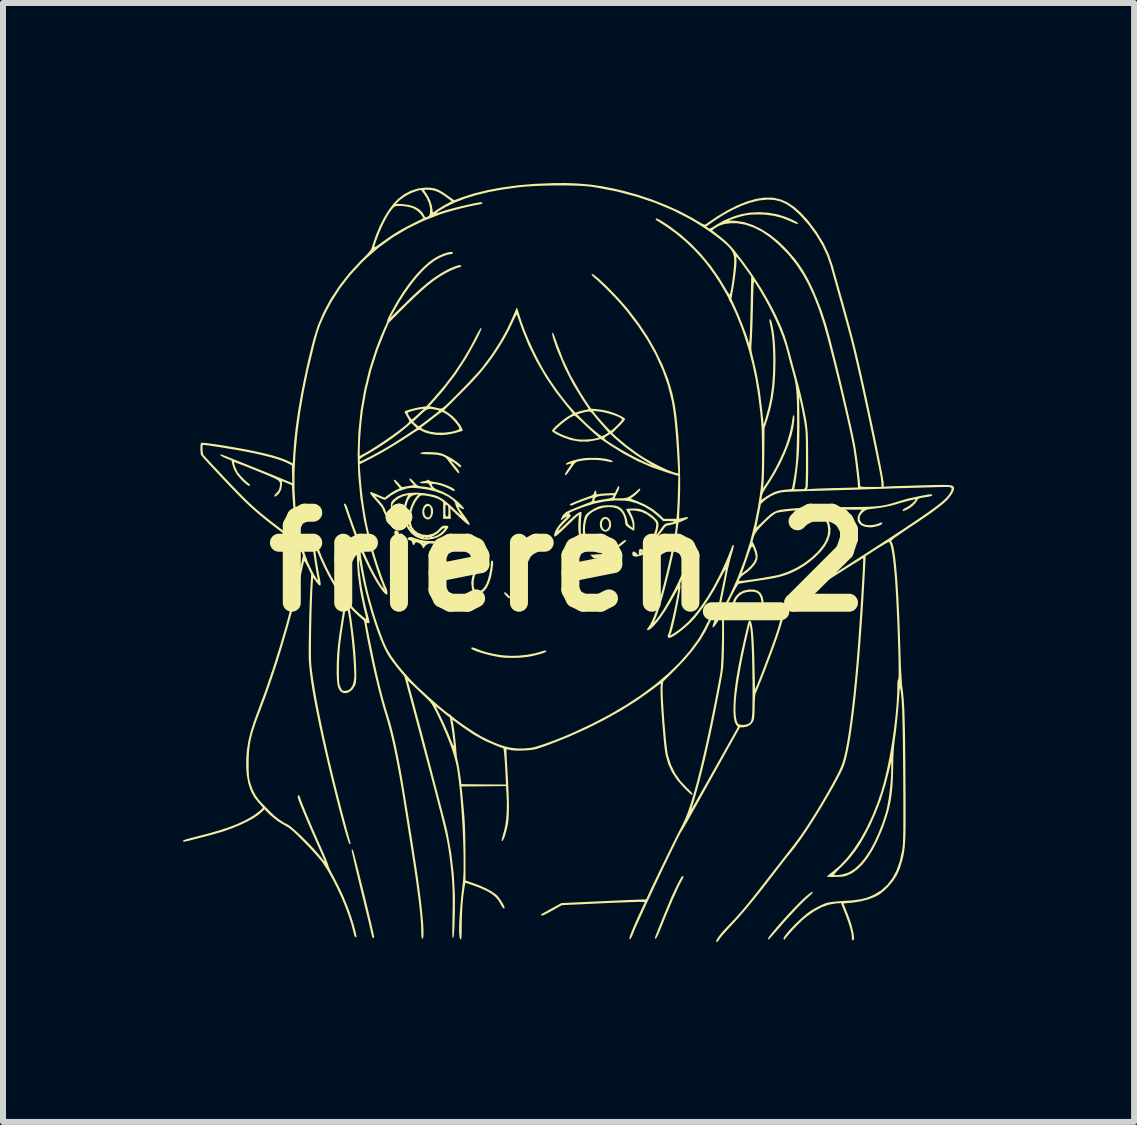
<source format=kicad_pcb>
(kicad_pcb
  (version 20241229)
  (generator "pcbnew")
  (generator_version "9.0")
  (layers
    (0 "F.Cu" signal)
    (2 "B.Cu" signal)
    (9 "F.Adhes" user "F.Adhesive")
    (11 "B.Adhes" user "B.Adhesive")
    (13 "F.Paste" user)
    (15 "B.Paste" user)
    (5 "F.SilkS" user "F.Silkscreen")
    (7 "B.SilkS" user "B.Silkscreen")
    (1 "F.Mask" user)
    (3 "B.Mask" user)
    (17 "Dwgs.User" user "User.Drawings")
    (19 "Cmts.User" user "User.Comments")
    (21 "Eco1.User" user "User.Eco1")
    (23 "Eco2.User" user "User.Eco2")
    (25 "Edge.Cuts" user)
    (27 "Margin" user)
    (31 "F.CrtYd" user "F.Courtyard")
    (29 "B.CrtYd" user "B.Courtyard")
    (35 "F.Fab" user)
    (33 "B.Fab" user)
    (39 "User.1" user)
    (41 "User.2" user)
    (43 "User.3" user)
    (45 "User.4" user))
  (footprint "frieren_2"
    (layer "F.Cu")
    (at 6.42 6.316)
    (property "Reference" "frieren_2" (at 0 0 0) (layer "F.SilkS") (effects (font (size 1.5 1.5) (thickness 0.3))))
    (attr board_only exclude_from_pos_files exclude_from_bom)
    (fp_poly (pts (xy -1.035 0.516) (xy -1.01 0.538) (xy -0.98 0.572) (xy -0.969 0.595) (xy -0.978 0.606) (xy -0.984 0.607) (xy -0.998 0.598) (xy -1.021 0.577) (xy -1.035 0.563) (xy -1.063 0.529) (xy -1.07 0.508) (xy -1.06 0.503)) (stroke (width 0) (type solid)) (fill yes) (layer "F.SilkS"))
    (fp_poly (pts (xy -2.851 -0.524) (xy -2.831 -0.506) (xy -2.822 -0.481) (xy -2.824 -0.471) (xy -2.824 -0.461) (xy -2.809 -0.466) (xy -2.803 -0.469) (xy -2.779 -0.476) (xy -2.762 -0.465) (xy -2.759 -0.46) (xy -2.746 -0.433) (xy -2.756 -0.413) (xy -2.778 -0.403) (xy -2.804 -0.4) (xy -2.821 -0.417) (xy -2.837 -0.433) (xy -2.851 -0.428) (xy -2.867 -0.425) (xy -2.886 -0.444) (xy -2.888 -0.448) (xy -2.902 -0.484) (xy -2.894 -0.512) (xy -2.873 -0.527)) (stroke (width 0) (type solid)) (fill yes) (layer "F.SilkS"))
    (fp_poly (pts (xy 0.821 -0.1) (xy 0.821 -0.061) (xy 0.75 -0.07) (xy 0.708 -0.074) (xy 0.683 -0.072) (xy 0.667 -0.063) (xy 0.658 -0.051) (xy 0.641 -0.033) (xy 0.628 -0.034) (xy 0.621 -0.042) (xy 0.586 -0.064) (xy 0.535 -0.07) (xy 0.49 -0.064) (xy 0.454 -0.058) (xy 0.431 -0.062) (xy 0.407 -0.079) (xy 0.4 -0.086) (xy 0.389 -0.097) (xy 0.611 -0.097) (xy 0.613 -0.089) (xy 0.619 -0.088) (xy 0.63 -0.093) (xy 0.628 -0.097) (xy 0.613 -0.098) (xy 0.611 -0.097) (xy 0.389 -0.097) (xy 0.365 -0.12) (xy 0.489 -0.128) (xy 0.558 -0.132) (xy 0.634 -0.135) (xy 0.701 -0.137) (xy 0.717 -0.138) (xy 0.821 -0.139)) (stroke (width 0) (type solid)) (fill yes) (layer "F.SilkS"))
    (fp_poly (pts (xy 1.226 -0.212) (xy 1.248 -0.192) (xy 1.261 -0.166) (xy 1.261 -0.162) (xy 1.26 -0.14) (xy 1.246 -0.125) (xy 1.214 -0.109) (xy 1.214 -0.109) (xy 1.157 -0.092) (xy 1.111 -0.09) (xy 1.079 -0.103) (xy 1.075 -0.107) (xy 1.066 -0.13) (xy 1.07 -0.156) (xy 1.082 -0.174) (xy 1.09 -0.177) (xy 1.108 -0.169) (xy 1.134 -0.149) (xy 1.14 -0.143) (xy 1.175 -0.109) (xy 1.175 -0.152) (xy 1.176 -0.164) (xy 1.213 -0.164) (xy 1.218 -0.154) (xy 1.222 -0.156) (xy 1.223 -0.171) (xy 1.222 -0.173) (xy 1.214 -0.171) (xy 1.213 -0.164) (xy 1.176 -0.164) (xy 1.178 -0.186) (xy 1.185 -0.21) (xy 1.185 -0.211) (xy 1.203 -0.22)) (stroke (width 0) (type solid)) (fill yes) (layer "F.SilkS"))
    (fp_poly (pts (xy 4.075 5.497) (xy 4.073 5.513) (xy 4.049 5.54) (xy 4.018 5.569) (xy 3.957 5.623) (xy 3.884 5.695) (xy 3.799 5.782) (xy 3.707 5.882) (xy 3.608 5.99) (xy 3.523 6.088) (xy 3.47 6.148) (xy 3.424 6.201) (xy 3.385 6.245) (xy 3.357 6.276) (xy 3.343 6.292) (xy 3.341 6.293) (xy 3.332 6.284) (xy 3.33 6.28) (xy 3.334 6.265) (xy 3.354 6.235) (xy 3.387 6.191) (xy 3.432 6.137) (xy 3.485 6.074) (xy 3.545 6.005) (xy 3.609 5.934) (xy 3.675 5.861) (xy 3.742 5.79) (xy 3.806 5.723) (xy 3.866 5.662) (xy 3.919 5.611) (xy 3.955 5.578) (xy 4.01 5.533) (xy 4.049 5.505) (xy 4.071 5.496)) (stroke (width 0) (type solid)) (fill yes) (layer "F.SilkS"))
    (fp_poly (pts (xy 0.671 -0.732) (xy 0.7 -0.693) (xy 0.703 -0.687) (xy 0.715 -0.635) (xy 0.711 -0.588) (xy 0.693 -0.548) (xy 0.666 -0.52) (xy 0.632 -0.506) (xy 0.594 -0.51) (xy 0.557 -0.536) (xy 0.556 -0.537) (xy 0.533 -0.577) (xy 0.525 -0.625) (xy 0.528 -0.644) (xy 0.561 -0.644) (xy 0.563 -0.603) (xy 0.576 -0.566) (xy 0.599 -0.54) (xy 0.619 -0.532) (xy 0.639 -0.54) (xy 0.657 -0.556) (xy 0.676 -0.588) (xy 0.681 -0.628) (xy 0.674 -0.668) (xy 0.657 -0.7) (xy 0.631 -0.719) (xy 0.62 -0.72) (xy 0.591 -0.71) (xy 0.571 -0.682) (xy 0.561 -0.644) (xy 0.528 -0.644) (xy 0.532 -0.674) (xy 0.551 -0.716) (xy 0.583 -0.744) (xy 0.588 -0.746) (xy 0.632 -0.751)) (stroke (width 0) (type solid)) (fill yes) (layer "F.SilkS"))
    (fp_poly (pts (xy -2.318 -0.964) (xy -2.286 -0.94) (xy -2.262 -0.903) (xy -2.255 -0.882) (xy -2.252 -0.829) (xy -2.263 -0.779) (xy -2.286 -0.738) (xy -2.317 -0.713) (xy -2.342 -0.708) (xy -2.371 -0.717) (xy -2.4 -0.738) (xy -2.401 -0.739) (xy -2.424 -0.778) (xy -2.433 -0.826) (xy -2.431 -0.843) (xy -2.401 -0.843) (xy -2.394 -0.797) (xy -2.378 -0.763) (xy -2.354 -0.744) (xy -2.329 -0.743) (xy -2.305 -0.763) (xy -2.3 -0.772) (xy -2.29 -0.807) (xy -2.288 -0.853) (xy -2.295 -0.896) (xy -2.3 -0.911) (xy -2.321 -0.932) (xy -2.347 -0.932) (xy -2.372 -0.917) (xy -2.392 -0.888) (xy -2.401 -0.849) (xy -2.401 -0.843) (xy -2.431 -0.843) (xy -2.428 -0.876) (xy -2.412 -0.921) (xy -2.385 -0.955) (xy -2.351 -0.971)) (stroke (width 0) (type solid)) (fill yes) (layer "F.SilkS"))
    (fp_poly (pts (xy 1.919 5.245) (xy 1.911 5.273) (xy 1.889 5.314) (xy 1.889 5.314) (xy 1.864 5.361) (xy 1.83 5.429) (xy 1.791 5.515) (xy 1.746 5.615) (xy 1.698 5.728) (xy 1.647 5.849) (xy 1.594 5.977) (xy 1.573 6.031) (xy 1.537 6.119) (xy 1.507 6.189) (xy 1.483 6.241) (xy 1.465 6.272) (xy 1.456 6.28) (xy 1.445 6.273) (xy 1.448 6.252) (xy 1.456 6.228) (xy 1.473 6.185) (xy 1.496 6.126) (xy 1.524 6.056) (xy 1.555 5.979) (xy 1.588 5.898) (xy 1.621 5.817) (xy 1.653 5.741) (xy 1.681 5.674) (xy 1.704 5.619) (xy 1.716 5.591) (xy 1.749 5.518) (xy 1.783 5.447) (xy 1.815 5.38) (xy 1.845 5.322) (xy 1.87 5.276) (xy 1.888 5.247) (xy 1.895 5.238) (xy 1.914 5.232)) (stroke (width 0) (type solid)) (fill yes) (layer "F.SilkS"))
    (fp_poly (pts (xy -1.545 1.439) (xy -1.527 1.446) (xy -1.452 1.476) (xy -1.359 1.504) (xy -1.257 1.528) (xy -1.154 1.547) (xy -1.095 1.555) (xy -0.963 1.564) (xy -0.822 1.56) (xy -0.681 1.545) (xy -0.548 1.52) (xy -0.451 1.492) (xy -0.406 1.478) (xy -0.379 1.475) (xy -0.368 1.484) (xy -0.366 1.493) (xy -0.378 1.502) (xy -0.41 1.515) (xy -0.457 1.53) (xy -0.514 1.547) (xy -0.578 1.562) (xy -0.623 1.572) (xy -0.703 1.585) (xy -0.799 1.594) (xy -0.901 1.598) (xy -1 1.598) (xy -1.087 1.594) (xy -1.102 1.592) (xy -1.167 1.582) (xy -1.24 1.568) (xy -1.316 1.551) (xy -1.391 1.531) (xy -1.462 1.51) (xy -1.524 1.49) (xy -1.573 1.47) (xy -1.606 1.453) (xy -1.618 1.44) (xy -1.61 1.425) (xy -1.587 1.425)) (stroke (width 0) (type solid)) (fill yes) (layer "F.SilkS"))
    (fp_poly (pts (xy -3.59 4.797) (xy -3.585 4.811) (xy -3.574 4.848) (xy -3.559 4.904) (xy -3.54 4.976) (xy -3.518 5.063) (xy -3.493 5.161) (xy -3.467 5.267) (xy -3.439 5.38) (xy -3.41 5.495) (xy -3.382 5.612) (xy -3.354 5.726) (xy -3.328 5.836) (xy -3.304 5.938) (xy -3.282 6.03) (xy -3.264 6.11) (xy -3.249 6.174) (xy -3.24 6.221) (xy -3.235 6.246) (xy -3.235 6.249) (xy -3.243 6.266) (xy -3.258 6.265) (xy -3.266 6.252) (xy -3.271 6.233) (xy -3.28 6.196) (xy -3.292 6.148) (xy -3.297 6.123) (xy -3.306 6.087) (xy -3.319 6.03) (xy -3.337 5.955) (xy -3.359 5.864) (xy -3.385 5.76) (xy -3.412 5.646) (xy -3.442 5.526) (xy -3.471 5.406) (xy -3.5 5.286) (xy -3.527 5.174) (xy -3.551 5.072) (xy -3.572 4.983) (xy -3.588 4.908) (xy -3.601 4.85) (xy -3.608 4.811) (xy -3.61 4.794) (xy -3.61 4.794) (xy -3.595 4.793)) (stroke (width 0) (type solid)) (fill yes) (layer "F.SilkS"))
    (fp_poly (pts (xy -2.569 -0.402) (xy -2.551 -0.395) (xy -2.488 -0.375) (xy -2.415 -0.359) (xy -2.342 -0.35) (xy -2.279 -0.348) (xy -2.265 -0.349) (xy -2.235 -0.349) (xy -2.224 -0.338) (xy -2.224 -0.336) (xy -2.235 -0.318) (xy -2.258 -0.307) (xy -2.283 -0.307) (xy -2.287 -0.309) (xy -2.309 -0.31) (xy -2.34 -0.299) (xy -2.371 -0.281) (xy -2.391 -0.26) (xy -2.394 -0.254) (xy -2.407 -0.231) (xy -2.42 -0.233) (xy -2.431 -0.259) (xy -2.431 -0.259) (xy -2.449 -0.287) (xy -2.478 -0.31) (xy -2.414 -0.31) (xy -2.407 -0.303) (xy -2.401 -0.31) (xy -2.407 -0.316) (xy -2.414 -0.31) (xy -2.478 -0.31) (xy -2.481 -0.312) (xy -2.518 -0.327) (xy -2.532 -0.329) (xy -2.551 -0.318) (xy -2.559 -0.303) (xy -2.572 -0.283) (xy -2.587 -0.285) (xy -2.596 -0.308) (xy -2.597 -0.315) (xy -2.61 -0.348) (xy -2.641 -0.365) (xy -2.657 -0.366) (xy -2.675 -0.374) (xy -2.677 -0.391) (xy -2.663 -0.409) (xy -2.652 -0.415) (xy -2.619 -0.417)) (stroke (width 0) (type solid)) (fill yes) (layer "F.SilkS"))
    (fp_poly (pts (xy -1.362 -0.033) (xy -1.374 -0.01) (xy -1.407 0.024) (xy -1.478 0.093) (xy -1.527 0.161) (xy -1.558 0.231) (xy -1.574 0.31) (xy -1.576 0.335) (xy -1.576 0.404) (xy -1.565 0.451) (xy -1.544 0.479) (xy -1.513 0.491) (xy -1.468 0.483) (xy -1.425 0.453) (xy -1.385 0.401) (xy -1.364 0.361) (xy -1.343 0.306) (xy -1.323 0.235) (xy -1.306 0.157) (xy -1.294 0.083) (xy -1.289 0.021) (xy -1.289 0.017) (xy -1.285 -0.015) (xy -1.27 -0.025) (xy -1.27 -0.025) (xy -1.259 -0.022) (xy -1.253 -0.008) (xy -1.252 0.02) (xy -1.256 0.064) (xy -1.264 0.13) (xy -1.265 0.135) (xy -1.286 0.245) (xy -1.315 0.339) (xy -1.351 0.416) (xy -1.394 0.475) (xy -1.441 0.513) (xy -1.492 0.529) (xy -1.546 0.523) (xy -1.563 0.516) (xy -1.586 0.492) (xy -1.604 0.448) (xy -1.616 0.349) (xy -1.604 0.253) (xy -1.567 0.16) (xy -1.506 0.072) (xy -1.43 -0.004) (xy -1.392 -0.032) (xy -1.368 -0.041)) (stroke (width 0) (type solid)) (fill yes) (layer "F.SilkS"))
    (fp_poly (pts (xy 0.545 -1.731) (xy 0.625 -1.72) (xy 0.655 -1.714) (xy 0.702 -1.7) (xy 0.732 -1.687) (xy 0.742 -1.676) (xy 0.742 -1.676) (xy 0.738 -1.669) (xy 0.732 -1.665) (xy 0.717 -1.665) (xy 0.69 -1.669) (xy 0.646 -1.677) (xy 0.594 -1.688) (xy 0.496 -1.7) (xy 0.385 -1.703) (xy 0.274 -1.695) (xy 0.183 -1.681) (xy 0.153 -1.673) (xy 0.13 -1.663) (xy 0.109 -1.645) (xy 0.086 -1.615) (xy 0.054 -1.57) (xy 0.051 -1.566) (xy 0.012 -1.51) (xy -0.015 -1.473) (xy -0.034 -1.452) (xy -0.047 -1.446) (xy -0.055 -1.451) (xy -0.056 -1.453) (xy -0.053 -1.468) (xy -0.038 -1.498) (xy -0.014 -1.537) (xy -0.007 -1.546) (xy 0.02 -1.585) (xy 0.04 -1.617) (xy 0.05 -1.634) (xy 0.051 -1.636) (xy 0.04 -1.639) (xy 0.008 -1.631) (xy -0.022 -1.621) (xy -0.036 -1.625) (xy -0.038 -1.635) (xy -0.026 -1.65) (xy 0.009 -1.667) (xy 0.065 -1.686) (xy 0.14 -1.707) (xy 0.196 -1.72) (xy 0.27 -1.731) (xy 0.359 -1.736) (xy 0.454 -1.736)) (stroke (width 0) (type solid)) (fill yes) (layer "F.SilkS"))
    (fp_poly (pts (xy -2.307 -1.832) (xy -2.245 -1.829) (xy -2.186 -1.824) (xy -2.138 -1.816) (xy -2.122 -1.812) (xy -2.075 -1.795) (xy -2.019 -1.768) (xy -1.961 -1.736) (xy -1.905 -1.701) (xy -1.854 -1.666) (xy -1.814 -1.633) (xy -1.788 -1.606) (xy -1.782 -1.591) (xy -1.79 -1.58) (xy -1.81 -1.583) (xy -1.831 -1.597) (xy -1.833 -1.6) (xy -1.853 -1.618) (xy -1.885 -1.643) (xy -1.907 -1.659) (xy -1.932 -1.675) (xy -1.946 -1.683) (xy -1.948 -1.68) (xy -1.938 -1.665) (xy -1.914 -1.634) (xy -1.874 -1.587) (xy -1.866 -1.577) (xy -1.832 -1.532) (xy -1.816 -1.5) (xy -1.818 -1.482) (xy -1.83 -1.479) (xy -1.841 -1.488) (xy -1.864 -1.514) (xy -1.894 -1.55) (xy -1.915 -1.577) (xy -1.951 -1.623) (xy -1.984 -1.666) (xy -2.007 -1.698) (xy -2.015 -1.709) (xy -2.051 -1.745) (xy -2.109 -1.771) (xy -2.188 -1.787) (xy -2.29 -1.794) (xy -2.319 -1.794) (xy -2.391 -1.796) (xy -2.439 -1.8) (xy -2.463 -1.807) (xy -2.462 -1.816) (xy -2.444 -1.825) (xy -2.414 -1.83) (xy -2.366 -1.833)) (stroke (width 0) (type solid)) (fill yes) (layer "F.SilkS"))
    (fp_poly (pts (xy -2.63 -1.391) (xy -2.604 -1.37) (xy -2.572 -1.336) (xy -2.54 -1.3) (xy -2.515 -1.278) (xy -2.489 -1.267) (xy -2.454 -1.261) (xy -2.441 -1.259) (xy -2.392 -1.254) (xy -2.346 -1.247) (xy -2.326 -1.243) (xy -2.284 -1.235) (xy -2.308 -1.275) (xy -2.323 -1.299) (xy -2.339 -1.31) (xy -2.365 -1.313) (xy -2.4 -1.312) (xy -2.445 -1.312) (xy -2.469 -1.318) (xy -2.473 -1.328) (xy -2.453 -1.338) (xy -2.417 -1.345) (xy -2.378 -1.353) (xy -2.349 -1.363) (xy -2.341 -1.367) (xy -2.325 -1.372) (xy -2.318 -1.362) (xy -2.3 -1.348) (xy -2.259 -1.338) (xy -2.239 -1.335) (xy -2.181 -1.326) (xy -2.119 -1.311) (xy -2.057 -1.291) (xy -1.999 -1.268) (xy -1.95 -1.245) (xy -1.913 -1.223) (xy -1.892 -1.203) (xy -1.892 -1.187) (xy -1.892 -1.186) (xy -1.911 -1.183) (xy -1.946 -1.199) (xy -1.954 -1.204) (xy -1.998 -1.228) (xy -2.051 -1.25) (xy -2.107 -1.271) (xy -2.162 -1.287) (xy -2.21 -1.298) (xy -2.248 -1.302) (xy -2.271 -1.299) (xy -2.275 -1.292) (xy -2.264 -1.265) (xy -2.236 -1.236) (xy -2.197 -1.212) (xy -2.171 -1.202) (xy -2.083 -1.167) (xy -1.989 -1.116) (xy -1.897 -1.052) (xy -1.828 -0.993) (xy -1.784 -0.95) (xy -1.753 -0.916) (xy -1.738 -0.893) (xy -1.737 -0.885) (xy -1.752 -0.881) (xy -1.781 -0.893) (xy -1.791 -0.899) (xy -1.818 -0.915) (xy -1.829 -0.919) (xy -1.826 -0.91) (xy -1.821 -0.9) (xy -1.806 -0.876) (xy -1.781 -0.841) (xy -1.766 -0.82) (xy -1.722 -0.761) (xy -1.686 -0.709) (xy -1.659 -0.667) (xy -1.645 -0.64) (xy -1.643 -0.633) (xy -1.646 -0.62) (xy -1.657 -0.619) (xy -1.678 -0.63) (xy -1.709 -0.654) (xy -1.754 -0.693) (xy -1.813 -0.747) (xy -1.871 -0.802) (xy -1.966 -0.894) (xy -1.961 -0.807) (xy -1.956 -0.72) (xy -2.02 -0.72) (xy -2.085 -0.72) (xy -2.085 -0.859) (xy -2.085 -0.86) (xy -2.047 -0.86) (xy -2.047 -0.809) (xy -2.044 -0.779) (xy -2.039 -0.764) (xy -2.029 -0.759) (xy -2.022 -0.758) (xy -2.009 -0.761) (xy -2.001 -0.771) (xy -1.998 -0.796) (xy -1.997 -0.84) (xy -1.997 -0.846) (xy -1.998 -0.894) (xy -2.002 -0.923) (xy -2.011 -0.94) (xy -2.022 -0.948) (xy -2.034 -0.953) (xy -2.042 -0.95) (xy -2.046 -0.933) (xy -2.047 -0.898) (xy -2.047 -0.86) (xy -2.085 -0.86) (xy -2.085 -0.997) (xy -2.127 -1.029) (xy -2.174 -1.055) (xy -2.24 -1.078) (xy -2.318 -1.097) (xy -2.389 -1.108) (xy -2.43 -1.111) (xy -2.455 -1.108) (xy -2.475 -1.095) (xy -2.499 -1.069) (xy -2.55 -0.998) (xy -2.589 -0.916) (xy -2.615 -0.828) (xy -2.627 -0.741) (xy -2.624 -0.66) (xy -2.604 -0.59) (xy -2.603 -0.587) (xy -2.562 -0.53) (xy -2.504 -0.486) (xy -2.434 -0.459) (xy -2.358 -0.451) (xy -2.324 -0.454) (xy -2.249 -0.475) (xy -2.187 -0.514) (xy -2.145 -0.556) (xy -2.116 -0.587) (xy -2.091 -0.602) (xy -2.06 -0.606) (xy -2.049 -0.607) (xy -2.012 -0.603) (xy -1.997 -0.592) (xy -1.997 -0.589) (xy -2.005 -0.568) (xy -2.026 -0.536) (xy -2.055 -0.5) (xy -2.087 -0.467) (xy -2.103 -0.454) (xy -2.173 -0.412) (xy -2.256 -0.385) (xy -2.343 -0.372) (xy -2.426 -0.377) (xy -2.452 -0.383) (xy -2.511 -0.407) (xy -2.408 -0.407) (xy -2.396 -0.405) (xy -2.379 -0.408) (xy -2.379 -0.409) (xy -2.352 -0.409) (xy -2.335 -0.407) (xy -2.331 -0.407) (xy -2.31 -0.408) (xy -2.308 -0.412) (xy -2.309 -0.413) (xy -2.334 -0.415) (xy -2.347 -0.413) (xy -2.352 -0.409) (xy -2.379 -0.409) (xy -2.379 -0.412) (xy -2.396 -0.415) (xy -2.403 -0.413) (xy -2.408 -0.407) (xy -2.511 -0.407) (xy -2.542 -0.42) (xy -2.546 -0.423) (xy -2.464 -0.423) (xy -2.458 -0.417) (xy -2.456 -0.419) (xy -2.274 -0.419) (xy -2.268 -0.418) (xy -2.241 -0.423) (xy -2.204 -0.435) (xy -2.191 -0.441) (xy -2.158 -0.46) (xy -2.123 -0.486) (xy -2.092 -0.513) (xy -2.069 -0.539) (xy -2.059 -0.558) (xy -2.064 -0.566) (xy -2.082 -0.56) (xy -2.11 -0.539) (xy -2.137 -0.512) (xy -2.176 -0.477) (xy -2.217 -0.449) (xy -2.243 -0.436) (xy -2.268 -0.425) (xy -2.274 -0.419) (xy -2.456 -0.419) (xy -2.452 -0.423) (xy -2.458 -0.43) (xy -2.464 -0.423) (xy -2.546 -0.423) (xy -2.617 -0.478) (xy -2.676 -0.555) (xy -2.679 -0.562) (xy -2.641 -0.562) (xy -2.635 -0.556) (xy -2.628 -0.562) (xy -2.635 -0.569) (xy -2.641 -0.562) (xy -2.679 -0.562) (xy -2.719 -0.652) (xy -2.744 -0.754) (xy -2.748 -0.783) (xy -2.713 -0.783) (xy -2.691 -0.675) (xy -2.673 -0.625) (xy -2.659 -0.596) (xy -2.649 -0.582) (xy -2.646 -0.587) (xy -2.653 -0.612) (xy -2.654 -0.614) (xy -2.666 -0.675) (xy -2.664 -0.75) (xy -2.65 -0.833) (xy -2.625 -0.917) (xy -2.59 -0.998) (xy -2.547 -1.068) (xy -2.532 -1.087) (xy -2.497 -1.129) (xy -2.547 -1.119) (xy -2.599 -1.105) (xy -2.635 -1.08) (xy -2.663 -1.04) (xy -2.679 -1.002) (xy -2.708 -0.892) (xy -2.713 -0.783) (xy -2.748 -0.783) (xy -2.752 -0.809) (xy -2.752 -0.852) (xy -2.745 -0.899) (xy -2.738 -0.93) (xy -2.723 -0.983) (xy -2.706 -1.033) (xy -2.692 -1.066) (xy -2.668 -1.114) (xy -2.714 -1.106) (xy -2.768 -1.089) (xy -2.822 -1.062) (xy -2.87 -1.027) (xy -2.907 -0.99) (xy -2.929 -0.954) (xy -2.932 -0.938) (xy -2.929 -0.896) (xy -2.923 -0.841) (xy -2.915 -0.78) (xy -2.906 -0.721) (xy -2.896 -0.672) (xy -2.889 -0.644) (xy -2.879 -0.605) (xy -2.883 -0.587) (xy -2.9 -0.59) (xy -2.929 -0.613) (xy -2.954 -0.639) (xy -2.982 -0.675) (xy -3.013 -0.722) (xy -3.043 -0.772) (xy -3.069 -0.821) (xy -3.088 -0.862) (xy -3.096 -0.889) (xy -3.096 -0.89) (xy -3.104 -0.905) (xy -3.126 -0.934) (xy -3.159 -0.973) (xy -3.199 -1.019) (xy -3.204 -1.024) (xy -3.255 -1.082) (xy -3.266 -1.096) (xy -3.217 -1.096) (xy -3.211 -1.086) (xy -3.19 -1.062) (xy -3.16 -1.03) (xy -3.148 -1.017) (xy -3.091 -0.949) (xy -3.057 -0.888) (xy -3.054 -0.879) (xy -3.042 -0.85) (xy -3.023 -0.812) (xy -3 -0.77) (xy -2.977 -0.73) (xy -2.957 -0.697) (xy -2.942 -0.677) (xy -2.936 -0.674) (xy -2.937 -0.686) (xy -2.941 -0.716) (xy -2.945 -0.739) (xy -2.95 -0.785) (xy -2.954 -0.843) (xy -2.956 -0.9) (xy -2.956 -0.95) (xy -2.953 -0.982) (xy -2.945 -1.005) (xy -2.929 -1.025) (xy -2.915 -1.04) (xy -2.845 -1.092) (xy -2.757 -1.129) (xy -2.652 -1.151) (xy -2.533 -1.157) (xy -2.402 -1.147) (xy -2.26 -1.121) (xy -2.237 -1.116) (xy -2.188 -1.1) (xy -2.138 -1.076) (xy -2.085 -1.043) (xy -2.026 -0.996) (xy -1.956 -0.935) (xy -1.878 -0.861) (xy -1.836 -0.821) (xy -1.805 -0.792) (xy -1.786 -0.777) (xy -1.783 -0.777) (xy -1.787 -0.782) (xy -1.816 -0.824) (xy -1.844 -0.871) (xy -1.867 -0.918) (xy -1.88 -0.956) (xy -1.883 -0.971) (xy -1.892 -0.994) (xy -1.915 -1.023) (xy -1.928 -1.035) (xy -2.002 -1.088) (xy -2.097 -1.134) (xy -2.209 -1.174) (xy -2.333 -1.205) (xy -2.465 -1.225) (xy -2.481 -1.227) (xy -2.548 -1.233) (xy -2.597 -1.235) (xy -2.637 -1.234) (xy -2.676 -1.227) (xy -2.704 -1.221) (xy -2.834 -1.176) (xy -2.95 -1.11) (xy -2.982 -1.086) (xy -3.017 -1.06) (xy -3.044 -1.042) (xy -3.057 -1.036) (xy -3.075 -1.041) (xy -3.108 -1.054) (xy -3.142 -1.068) (xy -3.18 -1.084) (xy -3.207 -1.094) (xy -3.217 -1.096) (xy -3.266 -1.096) (xy -3.288 -1.125) (xy -3.303 -1.152) (xy -3.301 -1.165) (xy -3.284 -1.165) (xy -3.265 -1.158) (xy -3.229 -1.144) (xy -3.183 -1.125) (xy -3.164 -1.116) (xy -3.061 -1.072) (xy -2.999 -1.119) (xy -2.952 -1.152) (xy -2.899 -1.184) (xy -2.873 -1.198) (xy -2.807 -1.23) (xy -2.864 -1.296) (xy -2.895 -1.336) (xy -2.908 -1.361) (xy -2.905 -1.372) (xy -2.888 -1.368) (xy -2.859 -1.345) (xy -2.831 -1.315) (xy -2.772 -1.248) (xy -2.673 -1.265) (xy -2.573 -1.283) (xy -2.615 -1.331) (xy -2.641 -1.365) (xy -2.647 -1.387) (xy -2.645 -1.392)) (stroke (width 0) (type solid)) (fill yes) (layer "F.SilkS"))
    (fp_poly (pts (xy 0.173 -6.307) (xy 0.373 -6.289) (xy 0.572 -6.26) (xy 0.778 -6.219) (xy 0.916 -6.187) (xy 1.154 -6.121) (xy 1.392 -6.042) (xy 1.624 -5.951) (xy 1.845 -5.852) (xy 2.049 -5.745) (xy 2.167 -5.675) (xy 2.217 -5.646) (xy 2.25 -5.629) (xy 2.272 -5.623) (xy 2.286 -5.626) (xy 2.289 -5.627) (xy 2.474 -5.754) (xy 2.651 -5.86) (xy 2.82 -5.945) (xy 2.98 -6.009) (xy 3.131 -6.052) (xy 3.27 -6.073) (xy 3.399 -6.072) (xy 3.434 -6.068) (xy 3.545 -6.041) (xy 3.654 -5.992) (xy 3.762 -5.921) (xy 3.87 -5.827) (xy 3.98 -5.71) (xy 3.997 -5.69) (xy 4.138 -5.503) (xy 4.255 -5.313) (xy 4.346 -5.119) (xy 4.413 -4.922) (xy 4.416 -4.909) (xy 4.428 -4.864) (xy 4.446 -4.799) (xy 4.468 -4.721) (xy 4.492 -4.634) (xy 4.518 -4.543) (xy 4.53 -4.499) (xy 4.581 -4.319) (xy 4.625 -4.159) (xy 4.665 -4.016) (xy 4.7 -3.886) (xy 4.732 -3.764) (xy 4.762 -3.648) (xy 4.791 -3.532) (xy 4.819 -3.414) (xy 4.848 -3.289) (xy 4.879 -3.154) (xy 4.912 -3.004) (xy 4.916 -2.989) (xy 4.953 -2.819) (xy 4.99 -2.649) (xy 5.026 -2.481) (xy 5.061 -2.316) (xy 5.095 -2.157) (xy 5.126 -2.005) (xy 5.155 -1.863) (xy 5.181 -1.732) (xy 5.204 -1.614) (xy 5.224 -1.513) (xy 5.239 -1.428) (xy 5.25 -1.363) (xy 5.256 -1.319) (xy 5.257 -1.303) (xy 5.257 -1.255) (xy 5.317 -1.259) (xy 5.343 -1.26) (xy 5.391 -1.262) (xy 5.458 -1.265) (xy 5.541 -1.267) (xy 5.636 -1.27) (xy 5.741 -1.273) (xy 5.851 -1.277) (xy 5.866 -1.277) (xy 5.999 -1.281) (xy 6.109 -1.283) (xy 6.198 -1.285) (xy 6.268 -1.285) (xy 6.322 -1.283) (xy 6.362 -1.279) (xy 6.391 -1.274) (xy 6.41 -1.267) (xy 6.421 -1.257) (xy 6.427 -1.245) (xy 6.43 -1.234) (xy 6.426 -1.2) (xy 6.406 -1.155) (xy 6.372 -1.103) (xy 6.329 -1.049) (xy 6.301 -1.021) (xy 6.262 -0.984) (xy 6.211 -0.942) (xy 6.148 -0.893) (xy 6.071 -0.836) (xy 5.978 -0.77) (xy 5.867 -0.694) (xy 5.737 -0.607) (xy 5.652 -0.55) (xy 5.559 -0.487) (xy 5.488 -0.438) (xy 5.435 -0.4) (xy 5.401 -0.372) (xy 5.384 -0.355) (xy 5.383 -0.348) (xy 5.401 -0.313) (xy 5.418 -0.253) (xy 5.434 -0.168) (xy 5.45 -0.058) (xy 5.464 0.077) (xy 5.478 0.236) (xy 5.491 0.421) (xy 5.503 0.63) (xy 5.514 0.863) (xy 5.524 1.121) (xy 5.533 1.404) (xy 5.535 1.466) (xy 5.539 1.587) (xy 5.543 1.704) (xy 5.548 1.813) (xy 5.554 1.91) (xy 5.559 1.991) (xy 5.564 2.052) (xy 5.567 2.079) (xy 5.575 2.138) (xy 5.582 2.198) (xy 5.588 2.261) (xy 5.593 2.329) (xy 5.598 2.404) (xy 5.602 2.487) (xy 5.605 2.581) (xy 5.608 2.687) (xy 5.611 2.808) (xy 5.613 2.946) (xy 5.615 3.102) (xy 5.617 3.279) (xy 5.619 3.478) (xy 5.619 3.571) (xy 5.621 3.771) (xy 5.622 3.947) (xy 5.622 4.103) (xy 5.623 4.238) (xy 5.622 4.356) (xy 5.621 4.457) (xy 5.619 4.545) (xy 5.616 4.621) (xy 5.612 4.686) (xy 5.608 4.743) (xy 5.602 4.793) (xy 5.596 4.839) (xy 5.588 4.882) (xy 5.579 4.924) (xy 5.568 4.967) (xy 5.566 4.975) (xy 5.526 5.106) (xy 5.476 5.218) (xy 5.411 5.319) (xy 5.329 5.414) (xy 5.321 5.423) (xy 5.263 5.478) (xy 5.214 5.519) (xy 5.167 5.551) (xy 5.117 5.577) (xy 5.003 5.622) (xy 4.871 5.656) (xy 4.731 5.678) (xy 4.698 5.681) (xy 4.648 5.685) (xy 4.611 5.689) (xy 4.59 5.692) (xy 4.587 5.693) (xy 4.592 5.705) (xy 4.604 5.735) (xy 4.621 5.777) (xy 4.626 5.789) (xy 4.662 5.878) (xy 4.694 5.967) (xy 4.721 6.051) (xy 4.741 6.128) (xy 4.755 6.195) (xy 4.762 6.249) (xy 4.762 6.287) (xy 4.752 6.305) (xy 4.747 6.306) (xy 4.733 6.3) (xy 4.727 6.278) (xy 4.726 6.252) (xy 4.72 6.189) (xy 4.7 6.105) (xy 4.667 6.001) (xy 4.622 5.878) (xy 4.609 5.846) (xy 4.545 5.683) (xy 4.453 5.691) (xy 4.337 5.712) (xy 4.219 5.755) (xy 4.098 5.821) (xy 3.972 5.911) (xy 3.903 5.968) (xy 3.858 6.011) (xy 3.804 6.065) (xy 3.747 6.125) (xy 3.692 6.186) (xy 3.644 6.242) (xy 3.609 6.287) (xy 3.605 6.292) (xy 3.594 6.29) (xy 3.588 6.284) (xy 3.588 6.268) (xy 3.605 6.237) (xy 3.636 6.195) (xy 3.678 6.145) (xy 3.73 6.089) (xy 3.789 6.029) (xy 3.851 5.969) (xy 3.915 5.912) (xy 3.978 5.859) (xy 4.001 5.841) (xy 4.057 5.803) (xy 4.128 5.762) (xy 4.202 5.724) (xy 4.271 5.694) (xy 4.309 5.68) (xy 4.352 5.671) (xy 4.415 5.663) (xy 4.494 5.655) (xy 4.583 5.649) (xy 4.588 5.648) (xy 4.704 5.641) (xy 4.8 5.631) (xy 4.881 5.618) (xy 4.952 5.601) (xy 5.017 5.579) (xy 5.083 5.55) (xy 5.1 5.542) (xy 5.216 5.471) (xy 5.317 5.38) (xy 5.402 5.269) (xy 5.471 5.139) (xy 5.524 4.989) (xy 5.562 4.82) (xy 5.574 4.734) (xy 5.577 4.7) (xy 5.579 4.65) (xy 5.581 4.585) (xy 5.583 4.501) (xy 5.584 4.4) (xy 5.584 4.278) (xy 5.584 4.136) (xy 5.584 3.971) (xy 5.583 3.784) (xy 5.582 3.578) (xy 5.58 3.353) (xy 5.578 3.152) (xy 5.576 2.973) (xy 5.573 2.815) (xy 5.57 2.677) (xy 5.567 2.557) (xy 5.564 2.454) (xy 5.559 2.365) (xy 5.555 2.291) (xy 5.549 2.228) (xy 5.544 2.177) (xy 5.537 2.136) (xy 5.532 2.113) (xy 5.529 2.105) (xy 5.526 2.115) (xy 5.522 2.145) (xy 5.518 2.197) (xy 5.517 2.211) (xy 5.504 2.388) (xy 5.489 2.557) (xy 5.473 2.715) (xy 5.457 2.857) (xy 5.445 2.941) (xy 5.434 3.036) (xy 5.425 3.135) (xy 5.419 3.246) (xy 5.416 3.374) (xy 5.415 3.418) (xy 5.411 3.588) (xy 5.403 3.737) (xy 5.389 3.872) (xy 5.37 3.997) (xy 5.344 4.117) (xy 5.31 4.237) (xy 5.267 4.363) (xy 5.237 4.445) (xy 5.161 4.624) (xy 5.082 4.781) (xy 4.998 4.917) (xy 4.91 5.031) (xy 4.82 5.121) (xy 4.727 5.188) (xy 4.632 5.23) (xy 4.6 5.238) (xy 4.569 5.243) (xy 4.525 5.246) (xy 4.474 5.248) (xy 4.421 5.249) (xy 4.372 5.249) (xy 4.334 5.247) (xy 4.312 5.244) (xy 4.309 5.242) (xy 4.319 5.232) (xy 4.342 5.212) (xy 4.432 5.212) (xy 4.433 5.212) (xy 4.454 5.219) (xy 4.493 5.218) (xy 4.542 5.211) (xy 4.596 5.199) (xy 4.649 5.182) (xy 4.686 5.167) (xy 4.772 5.113) (xy 4.857 5.035) (xy 4.94 4.936) (xy 5.021 4.816) (xy 5.097 4.678) (xy 5.169 4.522) (xy 5.235 4.352) (xy 5.294 4.169) (xy 5.313 4.092) (xy 5.331 3.996) (xy 5.348 3.888) (xy 5.362 3.774) (xy 5.373 3.661) (xy 5.38 3.554) (xy 5.382 3.461) (xy 5.382 3.456) (xy 5.382 3.33) (xy 5.352 3.459) (xy 5.285 3.718) (xy 5.211 3.957) (xy 5.125 4.181) (xy 5.037 4.379) (xy 4.952 4.545) (xy 4.868 4.69) (xy 4.782 4.819) (xy 4.691 4.935) (xy 4.591 5.043) (xy 4.538 5.095) (xy 4.495 5.137) (xy 4.461 5.172) (xy 4.439 5.199) (xy 4.432 5.212) (xy 4.342 5.212) (xy 4.344 5.21) (xy 4.38 5.181) (xy 4.397 5.169) (xy 4.521 5.064) (xy 4.641 4.937) (xy 4.756 4.788) (xy 4.866 4.621) (xy 4.969 4.437) (xy 5.063 4.238) (xy 5.148 4.027) (xy 5.217 3.823) (xy 5.268 3.643) (xy 5.315 3.444) (xy 5.358 3.233) (xy 5.396 3.013) (xy 5.428 2.792) (xy 5.454 2.574) (xy 5.473 2.365) (xy 5.483 2.17) (xy 5.484 2.064) (xy 5.486 2.004) (xy 5.492 1.967) (xy 5.499 1.956) (xy 5.503 1.942) (xy 5.505 1.906) (xy 5.506 1.848) (xy 5.506 1.773) (xy 5.505 1.682) (xy 5.503 1.576) (xy 5.5 1.46) (xy 5.496 1.335) (xy 5.492 1.202) (xy 5.487 1.066) (xy 5.481 0.927) (xy 5.475 0.789) (xy 5.468 0.653) (xy 5.461 0.522) (xy 5.453 0.398) (xy 5.446 0.284) (xy 5.435 0.153) (xy 5.423 0.033) (xy 5.41 -0.075) (xy 5.396 -0.166) (xy 5.382 -0.24) (xy 5.367 -0.295) (xy 5.353 -0.327) (xy 5.346 -0.334) (xy 5.333 -0.33) (xy 5.301 -0.314) (xy 5.256 -0.288) (xy 5.201 -0.254) (xy 5.146 -0.22) (xy 4.957 -0.098) (xy 4.948 0.068) (xy 4.93 0.405) (xy 4.911 0.73) (xy 4.89 1.042) (xy 4.868 1.34) (xy 4.846 1.623) (xy 4.822 1.889) (xy 4.798 2.139) (xy 4.773 2.371) (xy 4.747 2.584) (xy 4.721 2.777) (xy 4.695 2.95) (xy 4.668 3.101) (xy 4.641 3.229) (xy 4.614 3.333) (xy 4.594 3.394) (xy 4.572 3.448) (xy 4.536 3.522) (xy 4.489 3.612) (xy 4.432 3.718) (xy 4.364 3.837) (xy 4.288 3.968) (xy 4.218 4.087) (xy 4.093 4.29) (xy 3.977 4.471) (xy 3.868 4.63) (xy 3.767 4.768) (xy 3.678 4.878) (xy 3.652 4.909) (xy 3.614 4.957) (xy 3.568 5.016) (xy 3.517 5.082) (xy 3.464 5.151) (xy 3.456 5.162) (xy 3.321 5.337) (xy 3.192 5.502) (xy 3.069 5.654) (xy 2.955 5.792) (xy 2.85 5.913) (xy 2.757 6.016) (xy 2.717 6.059) (xy 2.662 6.117) (xy 2.612 6.173) (xy 2.569 6.221) (xy 2.538 6.26) (xy 2.521 6.284) (xy 2.521 6.284) (xy 2.502 6.313) (xy 2.485 6.33) (xy 2.48 6.331) (xy 2.465 6.327) (xy 2.464 6.324) (xy 2.473 6.295) (xy 2.5 6.252) (xy 2.543 6.196) (xy 2.601 6.129) (xy 2.671 6.055) (xy 2.673 6.053) (xy 2.738 5.985) (xy 2.803 5.915) (xy 2.869 5.84) (xy 2.938 5.759) (xy 3.013 5.668) (xy 3.096 5.565) (xy 3.189 5.447) (xy 3.295 5.311) (xy 3.304 5.299) (xy 3.37 5.214) (xy 3.438 5.126) (xy 3.506 5.04) (xy 3.568 4.96) (xy 3.622 4.891) (xy 3.657 4.846) (xy 3.771 4.698) (xy 3.873 4.559) (xy 3.968 4.42) (xy 4.063 4.272) (xy 4.072 4.258) (xy 4.16 4.116) (xy 4.242 3.978) (xy 4.318 3.847) (xy 4.387 3.725) (xy 4.447 3.615) (xy 4.497 3.518) (xy 4.536 3.436) (xy 4.562 3.373) (xy 4.567 3.359) (xy 4.595 3.263) (xy 4.623 3.142) (xy 4.65 2.998) (xy 4.677 2.831) (xy 4.704 2.642) (xy 4.73 2.432) (xy 4.756 2.201) (xy 4.781 1.952) (xy 4.805 1.683) (xy 4.828 1.397) (xy 4.85 1.094) (xy 4.871 0.775) (xy 4.877 0.682) (xy 4.887 0.52) (xy 4.895 0.382) (xy 4.902 0.266) (xy 4.907 0.17) (xy 4.911 0.093) (xy 4.913 0.033) (xy 4.915 -0.011) (xy 4.915 -0.04) (xy 4.914 -0.057) (xy 4.912 -0.063) (xy 4.912 -0.063) (xy 4.9 -0.057) (xy 4.869 -0.038) (xy 4.821 -0.008) (xy 4.758 0.031) (xy 4.683 0.078) (xy 4.597 0.132) (xy 4.502 0.192) (xy 4.42 0.244) (xy 4.314 0.312) (xy 4.208 0.379) (xy 4.105 0.443) (xy 4.01 0.503) (xy 3.925 0.557) (xy 3.853 0.602) (xy 3.798 0.637) (xy 3.777 0.651) (xy 3.617 0.75) (xy 3.609 0.812) (xy 3.598 0.869) (xy 3.579 0.946) (xy 3.552 1.04) (xy 3.519 1.146) (xy 3.48 1.263) (xy 3.437 1.386) (xy 3.43 1.405) (xy 3.401 1.485) (xy 3.368 1.572) (xy 3.333 1.664) (xy 3.298 1.758) (xy 3.262 1.85) (xy 3.228 1.938) (xy 3.196 2.017) (xy 3.168 2.085) (xy 3.146 2.139) (xy 3.13 2.176) (xy 3.122 2.192) (xy 3.118 2.208) (xy 3.114 2.246) (xy 3.111 2.299) (xy 3.108 2.364) (xy 3.107 2.414) (xy 3.105 2.493) (xy 3.102 2.552) (xy 3.099 2.595) (xy 3.093 2.625) (xy 3.086 2.647) (xy 3.077 2.665) (xy 3.036 2.712) (xy 2.979 2.743) (xy 2.915 2.755) (xy 2.913 2.755) (xy 2.862 2.755) (xy 2.673 3.093) (xy 2.625 3.179) (xy 2.567 3.283) (xy 2.502 3.4) (xy 2.432 3.525) (xy 2.36 3.654) (xy 2.288 3.783) (xy 2.219 3.907) (xy 2.196 3.948) (xy 2.137 4.054) (xy 2.081 4.153) (xy 2.03 4.244) (xy 1.985 4.323) (xy 1.947 4.39) (xy 1.917 4.441) (xy 1.897 4.474) (xy 1.889 4.487) (xy 1.877 4.505) (xy 1.857 4.543) (xy 1.827 4.6) (xy 1.791 4.674) (xy 1.748 4.761) (xy 1.7 4.86) (xy 1.648 4.968) (xy 1.592 5.083) (xy 1.535 5.204) (xy 1.477 5.327) (xy 1.419 5.45) (xy 1.362 5.572) (xy 1.307 5.689) (xy 1.256 5.8) (xy 1.209 5.903) (xy 1.167 5.994) (xy 1.132 6.073) (xy 1.104 6.136) (xy 1.086 6.182) (xy 1.085 6.184) (xy 1.063 6.235) (xy 1.044 6.271) (xy 1.029 6.288) (xy 1.021 6.285) (xy 1.02 6.261) (xy 1.02 6.259) (xy 1.027 6.235) (xy 1.043 6.191) (xy 1.067 6.131) (xy 1.098 6.058) (xy 1.134 5.975) (xy 1.174 5.886) (xy 1.207 5.815) (xy 1.276 5.668) (xy 1.203 5.664) (xy 1.176 5.664) (xy 1.127 5.666) (xy 1.058 5.668) (xy 0.972 5.671) (xy 0.872 5.675) (xy 0.761 5.679) (xy 0.641 5.684) (xy 0.516 5.69) (xy 0.512 5.69) (xy -0.107 5.719) (xy -0.27 5.811) (xy -0.341 5.85) (xy -0.392 5.876) (xy -0.426 5.89) (xy -0.444 5.891) (xy -0.446 5.89) (xy -0.452 5.884) (xy -0.455 5.88) (xy -0.452 5.874) (xy -0.44 5.865) (xy -0.416 5.85) (xy -0.378 5.829) (xy -0.322 5.798) (xy -0.281 5.776) (xy -0.114 5.684) (xy 0.528 5.654) (xy 0.655 5.648) (xy 0.776 5.643) (xy 0.889 5.638) (xy 0.991 5.633) (xy 1.078 5.63) (xy 1.149 5.627) (xy 1.201 5.625) (xy 1.231 5.624) (xy 1.234 5.624) (xy 1.298 5.623) (xy 1.332 5.549) (xy 1.361 5.485) (xy 1.399 5.403) (xy 1.445 5.307) (xy 1.496 5.201) (xy 1.551 5.087) (xy 1.608 4.97) (xy 1.665 4.853) (xy 1.721 4.739) (xy 1.774 4.632) (xy 1.822 4.537) (xy 1.863 4.455) (xy 1.896 4.392) (xy 1.906 4.372) (xy 1.949 4.281) (xy 1.995 4.165) (xy 2.011 4.116) (xy 2.053 4.116) (xy 2.056 4.111) (xy 2.065 4.099) (xy 2.078 4.076) (xy 2.097 4.043) (xy 2.123 3.998) (xy 2.156 3.94) (xy 2.197 3.868) (xy 2.247 3.78) (xy 2.306 3.675) (xy 2.375 3.552) (xy 2.455 3.41) (xy 2.547 3.247) (xy 2.578 3.191) (xy 2.827 2.749) (xy 2.803 2.718) (xy 2.782 2.683) (xy 2.768 2.637) (xy 2.758 2.576) (xy 2.754 2.497) (xy 2.754 2.434) (xy 2.755 2.399) (xy 2.787 2.399) (xy 2.787 2.494) (xy 2.793 2.575) (xy 2.805 2.639) (xy 2.822 2.684) (xy 2.84 2.703) (xy 2.878 2.714) (xy 2.927 2.715) (xy 2.975 2.706) (xy 2.997 2.697) (xy 3.015 2.687) (xy 3.03 2.675) (xy 3.042 2.659) (xy 3.051 2.636) (xy 3.058 2.605) (xy 3.063 2.562) (xy 3.067 2.506) (xy 3.069 2.433) (xy 3.07 2.342) (xy 3.071 2.23) (xy 3.071 2.127) (xy 3.07 1.97) (xy 3.068 1.817) (xy 3.065 1.671) (xy 3.062 1.534) (xy 3.057 1.41) (xy 3.052 1.3) (xy 3.046 1.208) (xy 3.039 1.137) (xy 3.035 1.106) (xy 3.025 1.043) (xy 3.003 1.137) (xy 2.945 1.391) (xy 2.896 1.625) (xy 2.856 1.841) (xy 2.824 2.035) (xy 2.802 2.207) (xy 2.793 2.292) (xy 2.787 2.399) (xy 2.755 2.399) (xy 2.759 2.295) (xy 2.774 2.134) (xy 2.799 1.952) (xy 2.834 1.749) (xy 2.878 1.528) (xy 2.931 1.289) (xy 2.946 1.226) (xy 2.966 1.14) (xy 2.982 1.077) (xy 2.993 1.031) (xy 3.002 1.001) (xy 3.009 0.984) (xy 3.015 0.975) (xy 3.021 0.973) (xy 3.021 0.973) (xy 3.036 0.981) (xy 3.05 1.007) (xy 3.061 1.05) (xy 3.071 1.113) (xy 3.08 1.196) (xy 3.088 1.301) (xy 3.094 1.427) (xy 3.1 1.577) (xy 3.104 1.741) (xy 3.113 2.123) (xy 3.136 2.07) (xy 3.153 2.032) (xy 3.176 1.974) (xy 3.205 1.901) (xy 3.238 1.815) (xy 3.273 1.722) (xy 3.31 1.626) (xy 3.346 1.53) (xy 3.38 1.438) (xy 3.41 1.355) (xy 3.435 1.284) (xy 3.447 1.251) (xy 3.471 1.178) (xy 3.496 1.101) (xy 3.518 1.024) (xy 3.538 0.952) (xy 3.555 0.889) (xy 3.567 0.838) (xy 3.573 0.803) (xy 3.573 0.788) (xy 3.56 0.791) (xy 3.532 0.804) (xy 3.502 0.82) (xy 3.46 0.844) (xy 3.421 0.863) (xy 3.383 0.876) (xy 3.341 0.885) (xy 3.292 0.89) (xy 3.231 0.892) (xy 3.156 0.89) (xy 3.061 0.885) (xy 2.978 0.88) (xy 2.889 0.874) (xy 2.807 0.869) (xy 2.736 0.865) (xy 2.68 0.862) (xy 2.642 0.86) (xy 2.628 0.859) (xy 2.597 0.859) (xy 2.596 1.248) (xy 2.596 1.369) (xy 2.594 1.483) (xy 2.591 1.586) (xy 2.587 1.674) (xy 2.583 1.744) (xy 2.58 1.775) (xy 2.572 1.827) (xy 2.561 1.901) (xy 2.544 1.992) (xy 2.525 2.099) (xy 2.502 2.218) (xy 2.477 2.345) (xy 2.451 2.479) (xy 2.423 2.615) (xy 2.396 2.75) (xy 2.368 2.881) (xy 2.341 3.005) (xy 2.324 3.083) (xy 2.281 3.271) (xy 2.237 3.453) (xy 2.193 3.626) (xy 2.15 3.786) (xy 2.11 3.93) (xy 2.072 4.055) (xy 2.053 4.113) (xy 2.053 4.116) (xy 2.011 4.116) (xy 2.043 4.023) (xy 2.093 3.857) (xy 2.146 3.665) (xy 2.201 3.448) (xy 2.258 3.206) (xy 2.318 2.939) (xy 2.38 2.646) (xy 2.432 2.388) (xy 2.454 2.277) (xy 2.475 2.169) (xy 2.494 2.068) (xy 2.511 1.978) (xy 2.525 1.902) (xy 2.535 1.844) (xy 2.54 1.807) (xy 2.544 1.763) (xy 2.548 1.701) (xy 2.552 1.624) (xy 2.555 1.537) (xy 2.558 1.443) (xy 2.561 1.347) (xy 2.563 1.252) (xy 2.564 1.163) (xy 2.564 1.083) (xy 2.564 1.017) (xy 2.562 0.969) (xy 2.56 0.942) (xy 2.551 0.894) (xy 2.492 0.99) (xy 2.464 1.033) (xy 2.44 1.066) (xy 2.422 1.085) (xy 2.417 1.087) (xy 2.408 1.087) (xy 2.404 1.083) (xy 2.404 1.072) (xy 2.41 1.049) (xy 2.423 1.01) (xy 2.438 0.965) (xy 2.454 0.916) (xy 2.465 0.876) (xy 2.47 0.852) (xy 2.469 0.848) (xy 2.456 0.85) (xy 2.435 0.872) (xy 2.409 0.911) (xy 2.381 0.964) (xy 2.364 1.001) (xy 2.287 1.156) (xy 2.195 1.308) (xy 2.084 1.46) (xy 1.954 1.615) (xy 1.802 1.775) (xy 1.788 1.79) (xy 1.583 1.993) (xy 1.574 2.062) (xy 1.572 2.101) (xy 1.573 2.162) (xy 1.575 2.24) (xy 1.58 2.333) (xy 1.586 2.436) (xy 1.593 2.546) (xy 1.601 2.66) (xy 1.611 2.773) (xy 1.62 2.881) (xy 1.63 2.983) (xy 1.64 3.072) (xy 1.65 3.147) (xy 1.659 3.203) (xy 1.662 3.221) (xy 1.711 3.377) (xy 1.78 3.52) (xy 1.872 3.651) (xy 1.972 3.757) (xy 2.023 3.807) (xy 2.056 3.843) (xy 2.071 3.866) (xy 2.069 3.877) (xy 2.059 3.88) (xy 2.045 3.871) (xy 2.018 3.848) (xy 1.98 3.813) (xy 1.936 3.769) (xy 1.923 3.756) (xy 1.814 3.633) (xy 1.73 3.506) (xy 1.668 3.371) (xy 1.626 3.226) (xy 1.619 3.189) (xy 1.61 3.133) (xy 1.601 3.059) (xy 1.592 2.97) (xy 1.583 2.869) (xy 1.574 2.761) (xy 1.565 2.649) (xy 1.557 2.537) (xy 1.55 2.429) (xy 1.544 2.327) (xy 1.54 2.237) (xy 1.538 2.162) (xy 1.538 2.104) (xy 1.539 2.074) (xy 1.542 2.04) (xy 1.539 2.027) (xy 1.529 2.03) (xy 1.521 2.036) (xy 1.502 2.05) (xy 1.468 2.076) (xy 1.423 2.11) (xy 1.372 2.148) (xy 1.367 2.151) (xy 1.131 2.318) (xy 0.873 2.479) (xy 0.596 2.634) (xy 0.304 2.781) (xy 0.000474 2.917) (xy -0.312 3.041) (xy -0.319 3.044) (xy -0.386 3.068) (xy -0.45 3.09) (xy -0.503 3.108) (xy -0.542 3.119) (xy -0.549 3.121) (xy -0.607 3.131) (xy -0.677 3.138) (xy -0.754 3.142) (xy -0.83 3.144) (xy -0.897 3.142) (xy -0.948 3.136) (xy -0.959 3.134) (xy -0.996 3.126) (xy -1.022 3.123) (xy -1.03 3.123) (xy -1.03 3.137) (xy -1.029 3.172) (xy -1.027 3.225) (xy -1.024 3.292) (xy -1.019 3.37) (xy -1.017 3.412) (xy -1.005 3.613) (xy -0.997 3.789) (xy -0.991 3.942) (xy -0.989 4.073) (xy -0.99 4.182) (xy -0.994 4.27) (xy -1.001 4.338) (xy -1.003 4.354) (xy -1.018 4.428) (xy -1.036 4.498) (xy -1.054 4.56) (xy -1.072 4.608) (xy -1.088 4.639) (xy -1.098 4.648) (xy -1.106 4.65) (xy -1.11 4.647) (xy -1.11 4.637) (xy -1.106 4.616) (xy -1.097 4.579) (xy -1.082 4.524) (xy -1.067 4.473) (xy -1.047 4.381) (xy -1.033 4.268) (xy -1.025 4.143) (xy -1.023 4.009) (xy -1.029 3.873) (xy -1.029 3.866) (xy -1.038 3.734) (xy -1.41 3.738) (xy -1.781 3.741) (xy -1.775 3.776) (xy -1.771 3.809) (xy -1.765 3.865) (xy -1.758 3.942) (xy -1.749 4.036) (xy -1.739 4.145) (xy -1.729 4.268) (xy -1.729 4.271) (xy -1.725 4.334) (xy -1.721 4.417) (xy -1.718 4.515) (xy -1.715 4.623) (xy -1.714 4.736) (xy -1.713 4.849) (xy -1.713 4.887) (xy -1.712 5.307) (xy -1.581 5.352) (xy -1.469 5.394) (xy -1.368 5.44) (xy -1.282 5.486) (xy -1.216 5.531) (xy -1.195 5.548) (xy -1.166 5.58) (xy -1.134 5.623) (xy -1.103 5.669) (xy -1.079 5.713) (xy -1.064 5.748) (xy -1.061 5.761) (xy -1.067 5.776) (xy -1.08 5.772) (xy -1.1 5.75) (xy -1.122 5.714) (xy -1.129 5.699) (xy -1.167 5.635) (xy -1.217 5.578) (xy -1.282 5.527) (xy -1.364 5.479) (xy -1.466 5.433) (xy -1.579 5.391) (xy -1.632 5.372) (xy -1.675 5.358) (xy -1.703 5.348) (xy -1.712 5.345) (xy -1.716 5.357) (xy -1.722 5.386) (xy -1.729 5.424) (xy -1.747 5.552) (xy -1.761 5.697) (xy -1.77 5.855) (xy -1.775 6.017) (xy -1.775 6.056) (xy -1.776 6.146) (xy -1.777 6.212) (xy -1.78 6.258) (xy -1.784 6.284) (xy -1.79 6.293) (xy -1.79 6.293) (xy -1.803 6.281) (xy -1.813 6.245) (xy -1.818 6.187) (xy -1.819 6.108) (xy -1.817 6.01) (xy -1.81 5.894) (xy -1.8 5.761) (xy -1.787 5.612) (xy -1.769 5.45) (xy -1.756 5.333) (xy -1.749 5.252) (xy -1.745 5.15) (xy -1.744 5.029) (xy -1.745 4.893) (xy -1.748 4.745) (xy -1.754 4.589) (xy -1.761 4.427) (xy -1.771 4.264) (xy -1.782 4.102) (xy -1.794 3.945) (xy -1.807 3.796) (xy -1.822 3.659) (xy -1.838 3.536) (xy -1.854 3.431) (xy -1.858 3.408) (xy -1.885 3.294) (xy -1.924 3.162) (xy -1.975 3.017) (xy -2.037 2.862) (xy -2.107 2.7) (xy -2.174 2.557) (xy -2.212 2.482) (xy -2.242 2.424) (xy -2.253 2.404) (xy -2.208 2.404) (xy -2.117 2.595) (xy -2.08 2.673) (xy -2.043 2.757) (xy -2.007 2.837) (xy -1.978 2.907) (xy -1.97 2.928) (xy -1.948 2.982) (xy -1.93 3.025) (xy -1.916 3.054) (xy -1.91 3.064) (xy -1.91 3.064) (xy -1.909 3.05) (xy -1.911 3.017) (xy -1.916 2.97) (xy -1.92 2.936) (xy -1.929 2.865) (xy -1.94 2.788) (xy -1.951 2.719) (xy -1.954 2.703) (xy -1.967 2.629) (xy -1.931 2.629) (xy -1.92 2.676) (xy -1.913 2.719) (xy -1.903 2.781) (xy -1.894 2.856) (xy -1.884 2.936) (xy -1.876 3.016) (xy -1.869 3.088) (xy -1.865 3.147) (xy -1.86 3.202) (xy -1.855 3.251) (xy -1.848 3.287) (xy -1.847 3.293) (xy -1.84 3.323) (xy -1.83 3.373) (xy -1.819 3.435) (xy -1.808 3.505) (xy -1.797 3.576) (xy -1.788 3.642) (xy -1.788 3.642) (xy -1.78 3.702) (xy -1.411 3.706) (xy -1.318 3.706) (xy -1.232 3.707) (xy -1.159 3.707) (xy -1.1 3.708) (xy -1.06 3.708) (xy -1.04 3.708) (xy -1.039 3.708) (xy -1.039 3.695) (xy -1.04 3.661) (xy -1.042 3.61) (xy -1.045 3.545) (xy -1.049 3.47) (xy -1.05 3.461) (xy -1.054 3.381) (xy -1.059 3.306) (xy -1.064 3.241) (xy -1.069 3.191) (xy -1.072 3.161) (xy -1.08 3.106) (xy -1.175 3.071) (xy -1.379 2.985) (xy -1.577 2.876) (xy -1.754 2.756) (xy -1.802 2.721) (xy -1.846 2.688) (xy -1.881 2.663) (xy -1.891 2.656) (xy -1.931 2.629) (xy -1.967 2.629) (xy -1.973 2.594) (xy -2.091 2.499) (xy -2.208 2.404) (xy -2.253 2.404) (xy -2.267 2.381) (xy -2.29 2.347) (xy -2.314 2.318) (xy -2.343 2.289) (xy -2.353 2.279) (xy -2.394 2.241) (xy -2.446 2.191) (xy -2.503 2.137) (xy -2.556 2.085) (xy -2.601 2.043) (xy -2.637 2.01) (xy -2.662 1.989) (xy -2.674 1.983) (xy -2.674 1.984) (xy -2.667 2.005) (xy -2.655 2.049) (xy -2.637 2.113) (xy -2.615 2.196) (xy -2.588 2.294) (xy -2.558 2.407) (xy -2.525 2.532) (xy -2.489 2.666) (xy -2.451 2.809) (xy -2.412 2.957) (xy -2.372 3.109) (xy -2.332 3.263) (xy -2.291 3.417) (xy -2.252 3.568) (xy -2.214 3.714) (xy -2.177 3.854) (xy -2.143 3.986) (xy -2.112 4.106) (xy -2.084 4.214) (xy -2.06 4.307) (xy -2.041 4.383) (xy -2.027 4.439) (xy -2.018 4.475) (xy -2.017 4.48) (xy -1.951 4.843) (xy -1.908 5.202) (xy -1.888 5.56) (xy -1.889 5.845) (xy -1.893 5.965) (xy -1.896 6.063) (xy -1.9 6.139) (xy -1.905 6.195) (xy -1.909 6.234) (xy -1.915 6.257) (xy -1.921 6.267) (xy -1.924 6.268) (xy -1.928 6.258) (xy -1.931 6.23) (xy -1.932 6.18) (xy -1.932 6.109) (xy -1.931 6.014) (xy -1.929 5.898) (xy -1.926 5.726) (xy -1.926 5.574) (xy -1.929 5.433) (xy -1.937 5.299) (xy -1.948 5.166) (xy -1.963 5.026) (xy -1.972 4.954) (xy -1.979 4.901) (xy -1.986 4.851) (xy -1.993 4.803) (xy -2 4.755) (xy -2.009 4.706) (xy -2.018 4.654) (xy -2.029 4.599) (xy -2.042 4.539) (xy -2.057 4.472) (xy -2.075 4.397) (xy -2.096 4.312) (xy -2.119 4.217) (xy -2.147 4.11) (xy -2.178 3.989) (xy -2.213 3.853) (xy -2.253 3.701) (xy -2.298 3.531) (xy -2.348 3.342) (xy -2.404 3.133) (xy -2.465 2.901) (xy -2.521 2.691) (xy -2.731 1.906) (xy -2.825 1.793) (xy -2.871 1.736) (xy -2.92 1.672) (xy -2.963 1.613) (xy -2.984 1.584) (xy -3.031 1.504) (xy -3.08 1.403) (xy -3.131 1.282) (xy -3.182 1.145) (xy -3.233 0.996) (xy -3.283 0.836) (xy -3.33 0.669) (xy -3.375 0.497) (xy -3.415 0.325) (xy -3.45 0.154) (xy -3.479 -0.011) (xy -3.479 -0.013) (xy -3.483 -0.031) (xy -3.485 -0.028) (xy -3.486 -0.007) (xy -3.485 0.028) (xy -3.483 0.073) (xy -3.48 0.124) (xy -3.475 0.177) (xy -3.475 0.179) (xy -3.443 0.418) (xy -3.395 0.66) (xy -3.366 0.782) (xy -3.344 0.865) (xy -3.328 0.927) (xy -3.318 0.971) (xy -3.313 0.999) (xy -3.313 1.014) (xy -3.318 1.02) (xy -3.327 1.02) (xy -3.334 1.018) (xy -3.355 1.014) (xy -3.361 1.018) (xy -3.359 1.032) (xy -3.352 1.068) (xy -3.342 1.122) (xy -3.328 1.192) (xy -3.312 1.274) (xy -3.293 1.366) (xy -3.285 1.407) (xy -3.236 1.645) (xy -3.187 1.868) (xy -3.138 2.075) (xy -3.09 2.263) (xy -3.043 2.43) (xy -3.008 2.545) (xy -2.974 2.656) (xy -2.941 2.778) (xy -2.908 2.911) (xy -2.875 3.058) (xy -2.841 3.221) (xy -2.806 3.402) (xy -2.77 3.602) (xy -2.733 3.824) (xy -2.693 4.069) (xy -2.693 4.069) (xy -2.663 4.253) (xy -2.638 4.413) (xy -2.615 4.554) (xy -2.596 4.676) (xy -2.579 4.783) (xy -2.565 4.876) (xy -2.552 4.958) (xy -2.541 5.031) (xy -2.531 5.097) (xy -2.522 5.159) (xy -2.513 5.219) (xy -2.504 5.28) (xy -2.503 5.289) (xy -2.479 5.467) (xy -2.458 5.631) (xy -2.441 5.78) (xy -2.428 5.911) (xy -2.418 6.025) (xy -2.413 6.119) (xy -2.412 6.193) (xy -2.415 6.245) (xy -2.423 6.274) (xy -2.431 6.28) (xy -2.439 6.275) (xy -2.444 6.257) (xy -2.448 6.223) (xy -2.449 6.169) (xy -2.45 6.138) (xy -2.452 6.055) (xy -2.459 5.955) (xy -2.47 5.836) (xy -2.485 5.698) (xy -2.505 5.54) (xy -2.529 5.36) (xy -2.558 5.159) (xy -2.592 4.935) (xy -2.631 4.687) (xy -2.634 4.669) (xy -2.65 4.566) (xy -2.669 4.448) (xy -2.688 4.324) (xy -2.707 4.204) (xy -2.724 4.101) (xy -2.769 3.817) (xy -2.814 3.558) (xy -2.858 3.323) (xy -2.901 3.111) (xy -2.943 2.922) (xy -2.985 2.755) (xy -3.026 2.609) (xy -3.039 2.565) (xy -3.083 2.421) (xy -3.128 2.257) (xy -3.174 2.076) (xy -3.221 1.883) (xy -3.266 1.682) (xy -3.309 1.477) (xy -3.35 1.272) (xy -3.375 1.137) (xy -3.403 0.979) (xy -3.467 0.923) (xy -3.513 0.882) (xy -3.562 0.835) (xy -3.594 0.803) (xy -3.623 0.774) (xy -3.643 0.756) (xy -3.649 0.752) (xy -3.648 0.753) (xy -3.643 0.772) (xy -3.635 0.812) (xy -3.626 0.87) (xy -3.615 0.942) (xy -3.604 1.024) (xy -3.592 1.112) (xy -3.581 1.203) (xy -3.57 1.293) (xy -3.561 1.378) (xy -3.556 1.428) (xy -3.549 1.518) (xy -3.542 1.618) (xy -3.537 1.716) (xy -3.534 1.803) (xy -3.533 1.833) (xy -3.533 1.905) (xy -3.534 1.958) (xy -3.537 1.996) (xy -3.542 2.025) (xy -3.55 2.049) (xy -3.562 2.074) (xy -3.564 2.077) (xy -3.6 2.129) (xy -3.645 2.165) (xy -3.694 2.184) (xy -3.742 2.185) (xy -3.785 2.165) (xy -3.797 2.154) (xy -3.818 2.124) (xy -3.835 2.086) (xy -3.847 2.036) (xy -3.854 1.97) (xy -3.858 1.886) (xy -3.859 1.868) (xy -3.822 1.868) (xy -3.821 1.933) (xy -3.82 1.981) (xy -3.816 2.017) (xy -3.811 2.044) (xy -3.804 2.066) (xy -3.795 2.088) (xy -3.776 2.124) (xy -3.76 2.142) (xy -3.739 2.148) (xy -3.729 2.148) (xy -3.69 2.143) (xy -3.661 2.134) (xy -3.623 2.104) (xy -3.593 2.053) (xy -3.574 1.984) (xy -3.566 1.921) (xy -3.565 1.871) (xy -3.568 1.799) (xy -3.572 1.711) (xy -3.579 1.61) (xy -3.587 1.501) (xy -3.598 1.387) (xy -3.609 1.273) (xy -3.621 1.163) (xy -3.628 1.112) (xy -3.638 1.034) (xy -3.649 0.957) (xy -3.661 0.884) (xy -3.672 0.819) (xy -3.682 0.766) (xy -3.69 0.729) (xy -3.696 0.711) (xy -3.697 0.711) (xy -3.701 0.724) (xy -3.708 0.759) (xy -3.717 0.812) (xy -3.727 0.877) (xy -3.74 0.952) (xy -3.752 1.033) (xy -3.765 1.115) (xy -3.777 1.195) (xy -3.787 1.269) (xy -3.796 1.333) (xy -3.799 1.358) (xy -3.81 1.471) (xy -3.818 1.6) (xy -3.822 1.738) (xy -3.822 1.782) (xy -3.822 1.868) (xy -3.859 1.868) (xy -3.859 1.781) (xy -3.859 1.769) (xy -3.857 1.669) (xy -3.853 1.57) (xy -3.845 1.468) (xy -3.834 1.36) (xy -3.819 1.24) (xy -3.799 1.105) (xy -3.775 0.949) (xy -3.771 0.923) (xy -3.726 0.653) (xy -3.765 0.601) (xy -3.838 0.496) (xy -3.914 0.373) (xy -3.99 0.238) (xy -4.062 0.098) (xy -4.126 -0.041) (xy -4.157 -0.115) (xy -4.18 -0.169) (xy -4.199 -0.211) (xy -4.213 -0.236) (xy -4.22 -0.243) (xy -4.22 -0.24) (xy -4.218 -0.211) (xy -4.212 -0.162) (xy -4.203 -0.099) (xy -4.192 -0.025) (xy -4.179 0.053) (xy -4.166 0.132) (xy -4.153 0.205) (xy -4.144 0.251) (xy -4.131 0.321) (xy -4.126 0.367) (xy -4.13 0.391) (xy -4.142 0.394) (xy -4.164 0.375) (xy -4.196 0.336) (xy -4.197 0.334) (xy -4.252 0.261) (xy -4.261 0.399) (xy -4.266 0.486) (xy -4.27 0.588) (xy -4.274 0.702) (xy -4.278 0.823) (xy -4.281 0.948) (xy -4.284 1.075) (xy -4.286 1.199) (xy -4.287 1.317) (xy -4.288 1.427) (xy -4.288 1.523) (xy -4.287 1.604) (xy -4.285 1.664) (xy -4.284 1.693) (xy -4.269 1.831) (xy -4.246 1.991) (xy -4.217 2.171) (xy -4.181 2.37) (xy -4.139 2.585) (xy -4.091 2.815) (xy -4.038 3.058) (xy -3.98 3.312) (xy -3.917 3.575) (xy -3.85 3.845) (xy -3.78 4.12) (xy -3.706 4.399) (xy -3.685 4.477) (xy -3.666 4.547) (xy -3.65 4.607) (xy -3.637 4.655) (xy -3.629 4.686) (xy -3.627 4.695) (xy -3.637 4.7) (xy -3.644 4.701) (xy -3.653 4.689) (xy -3.666 4.654) (xy -3.684 4.599) (xy -3.707 4.525) (xy -3.733 4.434) (xy -3.762 4.329) (xy -3.793 4.211) (xy -3.827 4.082) (xy -3.862 3.945) (xy -3.898 3.801) (xy -3.935 3.652) (xy -3.972 3.5) (xy -4.008 3.348) (xy -4.043 3.197) (xy -4.077 3.049) (xy -4.109 2.907) (xy -4.138 2.772) (xy -4.165 2.646) (xy -4.168 2.628) (xy -4.207 2.434) (xy -4.24 2.261) (xy -4.267 2.106) (xy -4.288 1.967) (xy -4.305 1.839) (xy -4.317 1.721) (xy -4.321 1.674) (xy -4.324 1.629) (xy -4.325 1.563) (xy -4.325 1.477) (xy -4.325 1.377) (xy -4.323 1.266) (xy -4.321 1.146) (xy -4.319 1.022) (xy -4.316 0.897) (xy -4.312 0.775) (xy -4.308 0.658) (xy -4.304 0.55) (xy -4.299 0.455) (xy -4.296 0.409) (xy -4.284 0.205) (xy -4.34 0.087) (xy -4.364 0.039) (xy -4.384 0.005) (xy -4.398 -0.013) (xy -4.402 -0.012) (xy -4.407 0.006) (xy -4.416 0.044) (xy -4.428 0.098) (xy -4.443 0.163) (xy -4.454 0.215) (xy -4.52 0.498) (xy -4.595 0.792) (xy -4.677 1.092) (xy -4.765 1.393) (xy -4.856 1.689) (xy -4.951 1.974) (xy -5.046 2.245) (xy -5.122 2.447) (xy -5.175 2.586) (xy -5.218 2.707) (xy -5.253 2.813) (xy -5.279 2.908) (xy -5.299 2.998) (xy -5.312 3.086) (xy -5.321 3.177) (xy -5.325 3.274) (xy -5.326 3.361) (xy -5.326 3.446) (xy -5.324 3.511) (xy -5.321 3.561) (xy -5.316 3.603) (xy -5.309 3.641) (xy -5.298 3.681) (xy -5.298 3.681) (xy -5.258 3.796) (xy -5.208 3.892) (xy -5.147 3.974) (xy -5.13 3.993) (xy -5.09 4.035) (xy -5.041 4.086) (xy -4.991 4.137) (xy -4.973 4.155) (xy -4.898 4.227) (xy -4.817 4.291) (xy -4.737 4.344) (xy -4.67 4.378) (xy -4.644 4.394) (xy -4.604 4.426) (xy -4.553 4.471) (xy -4.494 4.525) (xy -4.43 4.586) (xy -4.364 4.651) (xy -4.3 4.717) (xy -4.24 4.781) (xy -4.188 4.84) (xy -4.16 4.871) (xy -4.124 4.915) (xy -4.094 4.952) (xy -4.073 4.977) (xy -4.066 4.985) (xy -4.062 4.989) (xy -4.061 4.987) (xy -4.064 4.978) (xy -4.071 4.959) (xy -4.084 4.928) (xy -4.103 4.884) (xy -4.13 4.823) (xy -4.165 4.744) (xy -4.209 4.644) (xy -4.214 4.632) (xy -4.269 4.507) (xy -4.321 4.388) (xy -4.368 4.278) (xy -4.41 4.178) (xy -4.446 4.092) (xy -4.474 4.021) (xy -4.495 3.968) (xy -4.506 3.934) (xy -4.507 3.928) (xy -4.507 3.902) (xy -4.499 3.886) (xy -4.487 3.887) (xy -4.478 3.901) (xy -4.454 3.968) (xy -4.42 4.057) (xy -4.375 4.166) (xy -4.321 4.295) (xy -4.259 4.441) (xy -4.187 4.605) (xy -4.108 4.784) (xy -4.102 4.798) (xy -4.071 4.869) (xy -4.043 4.935) (xy -4.02 4.992) (xy -4.004 5.034) (xy -3.998 5.057) (xy -3.988 5.086) (xy -3.968 5.13) (xy -3.943 5.181) (xy -3.927 5.21) (xy -3.837 5.382) (xy -3.752 5.562) (xy -3.677 5.743) (xy -3.614 5.919) (xy -3.577 6.04) (xy -3.556 6.118) (xy -3.541 6.174) (xy -3.533 6.213) (xy -3.529 6.237) (xy -3.531 6.25) (xy -3.538 6.255) (xy -3.542 6.255) (xy -3.555 6.245) (xy -3.568 6.214) (xy -3.582 6.159) (xy -3.583 6.157) (xy -3.617 6.027) (xy -3.664 5.884) (xy -3.72 5.733) (xy -3.785 5.578) (xy -3.856 5.426) (xy -3.93 5.281) (xy -4.004 5.149) (xy -4.078 5.034) (xy -4.111 4.987) (xy -4.143 4.948) (xy -4.189 4.895) (xy -4.245 4.832) (xy -4.308 4.764) (xy -4.374 4.696) (xy -4.404 4.665) (xy -4.479 4.589) (xy -4.539 4.53) (xy -4.588 4.485) (xy -4.628 4.451) (xy -4.661 4.427) (xy -4.691 4.409) (xy -4.695 4.407) (xy -4.833 4.325) (xy -4.956 4.227) (xy -4.987 4.198) (xy -5.064 4.121) (xy -5.1 4.159) (xy -5.161 4.212) (xy -5.244 4.268) (xy -5.345 4.324) (xy -5.463 4.38) (xy -5.593 4.434) (xy -5.732 4.484) (xy -5.774 4.498) (xy -5.833 4.515) (xy -5.903 4.535) (xy -5.981 4.556) (xy -6.063 4.578) (xy -6.145 4.599) (xy -6.223 4.619) (xy -6.292 4.637) (xy -6.35 4.651) (xy -6.391 4.66) (xy -6.411 4.663) (xy -6.411 4.663) (xy -6.419 4.653) (xy -6.42 4.646) (xy -6.408 4.637) (xy -6.371 4.623) (xy -6.311 4.605) (xy -6.226 4.583) (xy -6.17 4.569) (xy -5.977 4.519) (xy -5.807 4.47) (xy -5.657 4.421) (xy -5.525 4.37) (xy -5.407 4.316) (xy -5.303 4.26) (xy -5.248 4.226) (xy -5.195 4.189) (xy -5.15 4.154) (xy -5.115 4.124) (xy -5.095 4.101) (xy -5.093 4.094) (xy -5.101 4.08) (xy -5.123 4.053) (xy -5.154 4.019) (xy -5.162 4.01) (xy -5.235 3.919) (xy -5.291 3.812) (xy -5.332 3.688) (xy -5.358 3.545) (xy -5.367 3.431) (xy -5.367 3.281) (xy -5.355 3.132) (xy -5.33 2.979) (xy -5.29 2.819) (xy -5.235 2.647) (xy -5.184 2.508) (xy -5.055 2.163) (xy -4.93 1.798) (xy -4.811 1.422) (xy -4.699 1.04) (xy -4.597 0.658) (xy -4.506 0.283) (xy -4.455 0.051) (xy -4.421 -0.107) (xy -4.451 -0.191) (xy -4.48 -0.275) (xy -4.72 -0.455) (xy -4.848 -0.552) (xy -4.959 -0.637) (xy -5.057 -0.714) (xy -5.144 -0.786) (xy -5.225 -0.855) (xy -5.304 -0.926) (xy -5.382 -1) (xy -5.465 -1.082) (xy -5.556 -1.175) (xy -5.657 -1.28) (xy -5.724 -1.351) (xy -5.805 -1.437) (xy -5.88 -1.517) (xy -5.949 -1.591) (xy -6.008 -1.656) (xy -6.057 -1.71) (xy -6.093 -1.751) (xy -6.114 -1.777) (xy -6.12 -1.786) (xy -6.126 -1.814) (xy -6.129 -1.855) (xy -6.13 -1.901) (xy -6.13 -1.902) (xy -6.095 -1.902) (xy -6.094 -1.862) (xy -6.09 -1.824) (xy -6.085 -1.796) (xy -6.082 -1.79) (xy -6.072 -1.777) (xy -6.045 -1.747) (xy -6.005 -1.704) (xy -5.954 -1.648) (xy -5.892 -1.582) (xy -5.821 -1.507) (xy -5.745 -1.425) (xy -5.693 -1.371) (xy -5.587 -1.259) (xy -5.494 -1.163) (xy -5.411 -1.079) (xy -5.336 -1.005) (xy -5.264 -0.938) (xy -5.192 -0.874) (xy -5.117 -0.81) (xy -5.035 -0.743) (xy -4.944 -0.671) (xy -4.839 -0.591) (xy -4.808 -0.567) (xy -4.712 -0.494) (xy -4.634 -0.435) (xy -4.574 -0.39) (xy -4.531 -0.359) (xy -4.503 -0.34) (xy -4.491 -0.333) (xy -4.489 -0.334) (xy -4.491 -0.346) (xy -4.497 -0.374) (xy -4.499 -0.38) (xy -4.516 -0.448) (xy -4.533 -0.537) (xy -4.549 -0.641) (xy -4.564 -0.756) (xy -4.578 -0.878) (xy -4.589 -1.001) (xy -4.597 -1.12) (xy -4.597 -1.124) (xy -4.603 -1.216) (xy -4.562 -1.216) (xy -4.547 -0.939) (xy -4.518 -0.679) (xy -4.475 -0.437) (xy -4.416 -0.214) (xy -4.343 -0.009) (xy -4.29 0.107) (xy -4.258 0.17) (xy -4.229 0.223) (xy -4.204 0.264) (xy -4.186 0.29) (xy -4.175 0.3) (xy -4.174 0.29) (xy -4.175 0.284) (xy -4.182 0.254) (xy -4.191 0.204) (xy -4.202 0.14) (xy -4.214 0.066) (xy -4.226 -0.013) (xy -4.238 -0.09) (xy -4.248 -0.162) (xy -4.252 -0.193) (xy -4.263 -0.291) (xy -4.269 -0.367) (xy -4.27 -0.419) (xy -4.266 -0.449) (xy -4.259 -0.455) (xy -4.25 -0.453) (xy -4.242 -0.443) (xy -4.231 -0.423) (xy -4.218 -0.389) (xy -4.2 -0.337) (xy -4.182 -0.284) (xy -4.114 -0.103) (xy -4.032 0.079) (xy -3.94 0.256) (xy -3.839 0.425) (xy -3.733 0.579) (xy -3.624 0.716) (xy -3.562 0.784) (xy -3.521 0.824) (xy -3.478 0.864) (xy -3.437 0.899) (xy -3.402 0.927) (xy -3.378 0.944) (xy -3.369 0.946) (xy -3.37 0.933) (xy -3.376 0.9) (xy -3.387 0.852) (xy -3.402 0.793) (xy -3.406 0.777) (xy -3.469 0.481) (xy -3.509 0.186) (xy -3.525 -0.113) (xy -3.526 -0.173) (xy -3.526 -0.233) (xy -3.486 -0.233) (xy -3.48 -0.213) (xy -3.471 -0.202) (xy -3.47 -0.202) (xy -3.469 -0.212) (xy -3.472 -0.228) (xy -3.479 -0.246) (xy -3.485 -0.247) (xy -3.486 -0.233) (xy -3.526 -0.233) (xy -3.526 -0.251) (xy -3.528 -0.309) (xy -3.531 -0.351) (xy -3.537 -0.385) (xy -3.546 -0.415) (xy -3.552 -0.432) (xy -3.564 -0.462) (xy -3.58 -0.507) (xy -3.601 -0.565) (xy -3.625 -0.631) (xy -3.649 -0.701) (xy -3.674 -0.77) (xy -3.696 -0.835) (xy -3.716 -0.892) (xy -3.73 -0.935) (xy -3.739 -0.962) (xy -3.74 -0.968) (xy -3.73 -0.972) (xy -3.723 -0.973) (xy -3.708 -0.962) (xy -3.692 -0.931) (xy -3.683 -0.907) (xy -3.624 -0.734) (xy -3.56 -0.556) (xy -3.492 -0.38) (xy -3.423 -0.211) (xy -3.356 -0.056) (xy -3.292 0.081) (xy -3.291 0.082) (xy -3.258 0.148) (xy -3.222 0.215) (xy -3.186 0.279) (xy -3.152 0.337) (xy -3.122 0.385) (xy -3.097 0.42) (xy -3.081 0.438) (xy -3.076 0.44) (xy -3.078 0.426) (xy -3.088 0.395) (xy -3.104 0.353) (xy -3.109 0.34) (xy -3.144 0.251) (xy -3.182 0.143) (xy -3.221 0.024) (xy -3.259 -0.101) (xy -3.295 -0.224) (xy -3.321 -0.322) (xy -3.405 -0.697) (xy -3.464 -1.069) (xy -3.499 -1.438) (xy -3.505 -1.629) (xy -3.476 -1.629) (xy -3.469 -1.519) (xy -3.449 -1.275) (xy -3.424 -1.051) (xy -3.393 -0.839) (xy -3.356 -0.633) (xy -3.31 -0.427) (xy -3.255 -0.215) (xy -3.239 -0.158) (xy -3.215 -0.077) (xy -3.187 0.012) (xy -3.157 0.103) (xy -3.126 0.192) (xy -3.097 0.274) (xy -3.07 0.345) (xy -3.048 0.399) (xy -3.037 0.421) (xy -3.022 0.459) (xy -3.013 0.501) (xy -3.013 0.533) (xy -3.023 0.544) (xy -3.043 0.536) (xy -3.07 0.511) (xy -3.103 0.47) (xy -3.109 0.461) (xy -3.071 0.461) (xy -3.064 0.468) (xy -3.058 0.461) (xy -3.064 0.455) (xy -3.071 0.461) (xy -3.109 0.461) (xy -3.141 0.416) (xy -3.184 0.351) (xy -3.229 0.275) (xy -3.276 0.191) (xy -3.323 0.101) (xy -3.368 0.006) (xy -3.39 -0.041) (xy -3.415 -0.095) (xy -3.436 -0.137) (xy -3.452 -0.164) (xy -3.46 -0.172) (xy -3.46 -0.171) (xy -3.46 -0.151) (xy -3.455 -0.111) (xy -3.447 -0.054) (xy -3.436 0.015) (xy -3.423 0.091) (xy -3.409 0.171) (xy -3.394 0.249) (xy -3.379 0.323) (xy -3.366 0.385) (xy -3.326 0.55) (xy -3.279 0.723) (xy -3.227 0.898) (xy -3.171 1.069) (xy -3.114 1.228) (xy -3.062 1.359) (xy -3.013 1.461) (xy -2.949 1.567) (xy -2.868 1.681) (xy -2.769 1.804) (xy -2.65 1.938) (xy -2.611 1.98) (xy -2.566 2.026) (xy -2.511 2.08) (xy -2.447 2.14) (xy -2.379 2.202) (xy -2.309 2.266) (xy -2.238 2.328) (xy -2.171 2.387) (xy -2.109 2.439) (xy -2.056 2.483) (xy -2.013 2.516) (xy -1.985 2.535) (xy -1.974 2.54) (xy -1.958 2.55) (xy -1.957 2.553) (xy -1.943 2.568) (xy -1.912 2.594) (xy -1.867 2.629) (xy -1.811 2.67) (xy -1.747 2.715) (xy -1.679 2.761) (xy -1.611 2.806) (xy -1.546 2.848) (xy -1.487 2.884) (xy -1.438 2.912) (xy -1.428 2.917) (xy -1.292 2.984) (xy -1.17 3.035) (xy -1.059 3.072) (xy -0.954 3.096) (xy -0.85 3.107) (xy -0.743 3.107) (xy -0.629 3.097) (xy -0.622 3.096) (xy -0.571 3.086) (xy -0.501 3.066) (xy -0.415 3.038) (xy -0.317 3.004) (xy -0.21 2.964) (xy -0.099 2.92) (xy 0.014 2.873) (xy 0.082 2.843) (xy 0.397 2.696) (xy 0.693 2.541) (xy 0.968 2.379) (xy 1.223 2.211) (xy 1.457 2.036) (xy 1.668 1.856) (xy 1.857 1.672) (xy 2.022 1.483) (xy 2.155 1.302) (xy 2.193 1.242) (xy 2.235 1.168) (xy 2.277 1.091) (xy 2.313 1.02) (xy 2.356 0.936) (xy 2.393 0.874) (xy 2.426 0.833) (xy 2.454 0.812) (xy 2.47 0.809) (xy 2.481 0.797) (xy 2.493 0.769) (xy 2.5 0.742) (xy 2.515 0.673) (xy 2.531 0.594) (xy 2.548 0.509) (xy 2.566 0.425) (xy 2.582 0.343) (xy 2.597 0.27) (xy 2.609 0.21) (xy 2.617 0.166) (xy 2.621 0.145) (xy 2.621 0.132) (xy 2.614 0.136) (xy 2.6 0.157) (xy 2.577 0.198) (xy 2.544 0.258) (xy 2.521 0.302) (xy 2.437 0.457) (xy 2.346 0.607) (xy 2.254 0.745) (xy 2.163 0.867) (xy 2.107 0.935) (xy 2.054 0.992) (xy 1.995 1.049) (xy 1.933 1.103) (xy 1.871 1.153) (xy 1.812 1.197) (xy 1.759 1.232) (xy 1.715 1.255) (xy 1.683 1.266) (xy 1.666 1.261) (xy 1.656 1.237) (xy 1.663 1.212) (xy 1.668 1.2) (xy 1.677 1.176) (xy 1.69 1.13) (xy 1.706 1.068) (xy 1.724 0.993) (xy 1.744 0.91) (xy 1.763 0.823) (xy 1.782 0.737) (xy 1.798 0.654) (xy 1.813 0.579) (xy 1.824 0.517) (xy 1.831 0.472) (xy 1.832 0.451) (xy 1.827 0.456) (xy 1.811 0.479) (xy 1.788 0.518) (xy 1.76 0.568) (xy 1.75 0.586) (xy 1.682 0.705) (xy 1.615 0.814) (xy 1.55 0.91) (xy 1.49 0.991) (xy 1.434 1.056) (xy 1.386 1.103) (xy 1.346 1.131) (xy 1.321 1.137) (xy 1.314 1.129) (xy 1.32 1.108) (xy 1.337 1.083) (xy 1.34 1.08) (xy 1.363 1.046) (xy 1.391 0.992) (xy 1.422 0.921) (xy 1.455 0.835) (xy 1.487 0.739) (xy 1.519 0.637) (xy 1.524 0.622) (xy 1.554 0.515) (xy 1.585 0.396) (xy 1.617 0.269) (xy 1.649 0.138) (xy 1.679 0.007) (xy 1.708 -0.121) (xy 1.733 -0.242) (xy 1.755 -0.352) (xy 1.773 -0.447) (xy 1.785 -0.524) (xy 1.789 -0.558) (xy 1.797 -0.641) (xy 1.73 -0.624) (xy 1.689 -0.614) (xy 1.656 -0.608) (xy 1.643 -0.606) (xy 1.627 -0.596) (xy 1.603 -0.57) (xy 1.575 -0.533) (xy 1.573 -0.53) (xy 1.538 -0.482) (xy 1.499 -0.434) (xy 1.459 -0.391) (xy 1.421 -0.356) (xy 1.391 -0.331) (xy 1.37 -0.322) (xy 1.365 -0.324) (xy 1.362 -0.341) (xy 1.375 -0.374) (xy 1.396 -0.411) (xy 1.436 -0.486) (xy 1.458 -0.552) (xy 1.466 -0.617) (xy 1.466 -0.621) (xy 1.463 -0.649) (xy 1.452 -0.673) (xy 1.428 -0.701) (xy 1.402 -0.725) (xy 1.313 -0.792) (xy 1.221 -0.835) (xy 1.123 -0.855) (xy 1.11 -0.857) (xy 1.066 -0.858) (xy 1.036 -0.857) (xy 1.026 -0.852) (xy 1.026 -0.852) (xy 1.034 -0.835) (xy 1.049 -0.803) (xy 1.067 -0.765) (xy 1.092 -0.703) (xy 1.103 -0.642) (xy 1.105 -0.612) (xy 1.104 -0.569) (xy 1.101 -0.537) (xy 1.097 -0.524) (xy 1.083 -0.526) (xy 1.055 -0.541) (xy 1.019 -0.564) (xy 1.018 -0.564) (xy 0.98 -0.592) (xy 0.959 -0.613) (xy 0.95 -0.634) (xy 0.948 -0.658) (xy 0.938 -0.727) (xy 0.913 -0.794) (xy 0.875 -0.849) (xy 0.867 -0.858) (xy 0.815 -0.892) (xy 0.747 -0.911) (xy 0.669 -0.916) (xy 0.586 -0.906) (xy 0.502 -0.882) (xy 0.422 -0.845) (xy 0.356 -0.799) (xy 0.321 -0.754) (xy 0.296 -0.688) (xy 0.281 -0.603) (xy 0.278 -0.532) (xy 0.284 -0.46) (xy 0.305 -0.396) (xy 0.343 -0.333) (xy 0.402 -0.265) (xy 0.404 -0.262) (xy 0.475 -0.19) (xy 0.569 -0.19) (xy 0.669 -0.2) (xy 0.758 -0.233) (xy 0.828 -0.28) (xy 0.882 -0.324) (xy 0.92 -0.352) (xy 0.945 -0.366) (xy 0.959 -0.368) (xy 0.964 -0.362) (xy 0.958 -0.345) (xy 0.931 -0.317) (xy 0.887 -0.281) (xy 0.817 -0.231) (xy 0.759 -0.196) (xy 0.705 -0.174) (xy 0.651 -0.16) (xy 0.591 -0.154) (xy 0.537 -0.152) (xy 0.499 -0.155) (xy 0.465 -0.164) (xy 0.427 -0.181) (xy 0.425 -0.182) (xy 0.37 -0.216) (xy 0.31 -0.267) (xy 0.274 -0.303) (xy 0.233 -0.347) (xy 0.207 -0.382) (xy 0.191 -0.413) (xy 0.18 -0.447) (xy 0.176 -0.463) (xy 0.168 -0.534) (xy 0.167 -0.623) (xy 0.169 -0.662) (xy 0.177 -0.788) (xy 0.149 -0.764) (xy 0.131 -0.748) (xy 0.098 -0.717) (xy 0.055 -0.675) (xy 0.003 -0.625) (xy -0.047 -0.576) (xy -0.11 -0.515) (xy -0.158 -0.471) (xy -0.192 -0.442) (xy -0.214 -0.427) (xy -0.227 -0.425) (xy -0.229 -0.426) (xy -0.236 -0.45) (xy -0.227 -0.488) (xy -0.208 -0.529) (xy -0.163 -0.529) (xy -0.158 -0.528) (xy -0.14 -0.542) (xy -0.109 -0.57) (xy -0.062 -0.615) (xy -0.049 -0.628) (xy 0.029 -0.704) (xy 0.092 -0.761) (xy 0.141 -0.801) (xy 0.178 -0.825) (xy 0.203 -0.834) (xy 0.205 -0.834) (xy 0.218 -0.831) (xy 0.222 -0.817) (xy 0.22 -0.786) (xy 0.218 -0.774) (xy 0.214 -0.735) (xy 0.211 -0.68) (xy 0.209 -0.617) (xy 0.209 -0.58) (xy 0.209 -0.519) (xy 0.211 -0.477) (xy 0.216 -0.447) (xy 0.226 -0.423) (xy 0.24 -0.399) (xy 0.243 -0.394) (xy 0.265 -0.364) (xy 0.281 -0.345) (xy 0.286 -0.341) (xy 0.285 -0.35) (xy 0.273 -0.372) (xy 0.272 -0.374) (xy 0.256 -0.415) (xy 0.246 -0.473) (xy 0.243 -0.543) (xy 0.248 -0.618) (xy 0.258 -0.682) (xy 0.27 -0.734) (xy 0.283 -0.769) (xy 0.301 -0.795) (xy 0.325 -0.818) (xy 0.362 -0.846) (xy 0.411 -0.877) (xy 0.453 -0.9) (xy 0.501 -0.922) (xy 0.545 -0.935) (xy 0.594 -0.942) (xy 0.643 -0.945) (xy 0.726 -0.946) (xy 0.79 -0.939) (xy 0.84 -0.921) (xy 0.882 -0.892) (xy 0.901 -0.873) (xy 0.935 -0.824) (xy 0.963 -0.764) (xy 0.981 -0.703) (xy 0.986 -0.663) (xy 0.997 -0.635) (xy 1.026 -0.604) (xy 1.03 -0.601) (xy 1.074 -0.567) (xy 1.074 -0.605) (xy 1.067 -0.659) (xy 1.046 -0.723) (xy 1.016 -0.787) (xy 0.996 -0.82) (xy 0.977 -0.852) (xy 0.967 -0.876) (xy 0.967 -0.883) (xy 0.983 -0.887) (xy 1.017 -0.889) (xy 1.064 -0.891) (xy 1.085 -0.891) (xy 1.143 -0.89) (xy 1.186 -0.885) (xy 1.225 -0.874) (xy 1.269 -0.855) (xy 1.279 -0.851) (xy 1.342 -0.814) (xy 1.406 -0.768) (xy 1.433 -0.743) (xy 1.469 -0.707) (xy 1.49 -0.681) (xy 1.5 -0.658) (xy 1.503 -0.63) (xy 1.503 -0.618) (xy 1.498 -0.569) (xy 1.487 -0.52) (xy 1.485 -0.512) (xy 1.475 -0.481) (xy 1.47 -0.461) (xy 1.471 -0.458) (xy 1.479 -0.466) (xy 1.499 -0.49) (xy 1.526 -0.527) (xy 1.541 -0.548) (xy 1.574 -0.593) (xy 1.598 -0.621) (xy 1.618 -0.637) (xy 1.64 -0.645) (xy 1.67 -0.65) (xy 1.725 -0.659) (xy 1.756 -0.667) (xy 1.763 -0.673) (xy 1.745 -0.679) (xy 1.703 -0.681) (xy 1.684 -0.682) (xy 1.58 -0.682) (xy 1.502 -0.757) (xy 1.395 -0.845) (xy 1.276 -0.919) (xy 1.151 -0.975) (xy 1.025 -1.011) (xy 0.943 -1.022) (xy 0.781 -1.026) (xy 0.615 -1.01) (xy 0.443 -0.975) (xy 0.261 -0.919) (xy 0.163 -0.882) (xy 0.099 -0.857) (xy 0.056 -0.838) (xy 0.03 -0.825) (xy 0.018 -0.816) (xy 0.017 -0.807) (xy 0.024 -0.798) (xy 0.028 -0.794) (xy 0.038 -0.782) (xy 0.042 -0.771) (xy 0.035 -0.757) (xy 0.016 -0.735) (xy -0.017 -0.702) (xy -0.042 -0.678) (xy -0.085 -0.635) (xy -0.122 -0.593) (xy -0.149 -0.558) (xy -0.158 -0.543) (xy -0.163 -0.529) (xy -0.208 -0.529) (xy -0.205 -0.535) (xy -0.172 -0.588) (xy -0.129 -0.643) (xy -0.08 -0.695) (xy -0.065 -0.709) (xy -0.035 -0.739) (xy -0.024 -0.754) (xy -0.032 -0.754) (xy -0.058 -0.739) (xy -0.1 -0.711) (xy -0.121 -0.697) (xy -0.126 -0.7) (xy -0.12 -0.721) (xy -0.088 -0.784) (xy -0.038 -0.83) (xy -0.033 -0.833) (xy -0.008 -0.846) (xy 0.035 -0.866) (xy 0.092 -0.89) (xy 0.155 -0.916) (xy 0.22 -0.942) (xy 0.28 -0.966) (xy 0.332 -0.985) (xy 0.36 -0.995) (xy 0.39 -1.011) (xy 0.394 -1.02) (xy 0.437 -1.02) (xy 0.447 -1.015) (xy 0.453 -1.017) (xy 0.474 -1.023) (xy 0.513 -1.031) (xy 0.565 -1.04) (xy 0.604 -1.046) (xy 0.667 -1.057) (xy 0.709 -1.067) (xy 0.734 -1.077) (xy 0.747 -1.09) (xy 0.748 -1.092) (xy 0.753 -1.103) (xy 0.75 -1.109) (xy 0.735 -1.112) (xy 0.704 -1.112) (xy 0.653 -1.11) (xy 0.636 -1.109) (xy 0.561 -1.103) (xy 0.507 -1.095) (xy 0.472 -1.084) (xy 0.451 -1.069) (xy 0.44 -1.047) (xy 0.439 -1.043) (xy 0.437 -1.02) (xy 0.394 -1.02) (xy 0.402 -1.04) (xy 0.402 -1.04) (xy 0.406 -1.074) (xy 0.276 -1.029) (xy 0.217 -1.007) (xy 0.161 -0.986) (xy 0.117 -0.968) (xy 0.098 -0.959) (xy 0.058 -0.943) (xy 0.033 -0.944) (xy 0.025 -0.959) (xy 0.037 -0.968) (xy 0.067 -0.983) (xy 0.114 -1.004) (xy 0.172 -1.027) (xy 0.238 -1.053) (xy 0.307 -1.078) (xy 0.34 -1.09) (xy 0.385 -1.107) (xy 0.411 -1.121) (xy 0.425 -1.138) (xy 0.433 -1.16) (xy 0.445 -1.188) (xy 0.458 -1.192) (xy 0.466 -1.173) (xy 0.468 -1.154) (xy 0.471 -1.131) (xy 0.485 -1.128) (xy 0.496 -1.13) (xy 0.521 -1.135) (xy 0.563 -1.139) (xy 0.617 -1.143) (xy 0.651 -1.144) (xy 0.777 -1.15) (xy 0.802 -1.204) (xy 0.82 -1.241) (xy 0.83 -1.259) (xy 0.837 -1.264) (xy 0.844 -1.258) (xy 0.848 -1.255) (xy 0.851 -1.239) (xy 0.841 -1.206) (xy 0.818 -1.156) (xy 0.816 -1.152) (xy 0.771 -1.061) (xy 0.869 -1.062) (xy 0.923 -1.063) (xy 0.962 -1.069) (xy 0.996 -1.08) (xy 1.03 -1.098) (xy 1.075 -1.128) (xy 1.119 -1.163) (xy 1.137 -1.18) (xy 1.17 -1.212) (xy 1.19 -1.224) (xy 1.2 -1.217) (xy 1.2 -1.208) (xy 1.191 -1.191) (xy 1.168 -1.163) (xy 1.136 -1.132) (xy 1.101 -1.102) (xy 1.069 -1.079) (xy 1.061 -1.074) (xy 1.048 -1.066) (xy 1.047 -1.058) (xy 1.061 -1.049) (xy 1.094 -1.035) (xy 1.126 -1.024) (xy 1.278 -0.958) (xy 1.41 -0.88) (xy 1.524 -0.787) (xy 1.534 -0.778) (xy 1.593 -0.72) (xy 1.698 -0.72) (xy 1.803 -0.72) (xy 1.811 -0.796) (xy 1.814 -0.831) (xy 1.817 -0.887) (xy 1.82 -0.958) (xy 1.824 -1.039) (xy 1.827 -1.125) (xy 1.827 -1.153) (xy 1.835 -1.434) (xy 1.654 -1.489) (xy 1.398 -1.576) (xy 1.317 -1.611) (xy 1.403 -1.611) (xy 1.409 -1.605) (xy 1.415 -1.611) (xy 1.409 -1.618) (xy 1.403 -1.611) (xy 1.317 -1.611) (xy 1.154 -1.682) (xy 0.917 -1.808) (xy 0.71 -1.937) (xy 0.541 -2.05) (xy 0.47 -2.031) (xy 0.33 -2.006) (xy 0.188 -2.007) (xy 0.045 -2.032) (xy -0.099 -2.082) (xy -0.199 -2.131) (xy -0.24 -2.155) (xy -0.262 -2.172) (xy -0.269 -2.185) (xy -0.268 -2.19) (xy -0.233 -2.19) (xy -0.176 -2.158) (xy -0.118 -2.129) (xy -0.045 -2.099) (xy 0.032 -2.073) (xy 0.104 -2.053) (xy 0.131 -2.047) (xy 0.186 -2.042) (xy 0.256 -2.04) (xy 0.329 -2.043) (xy 0.398 -2.049) (xy 0.453 -2.059) (xy 0.454 -2.059) (xy 0.601 -2.059) (xy 0.619 -2.041) (xy 0.655 -2.014) (xy 0.707 -1.98) (xy 0.771 -1.939) (xy 0.843 -1.896) (xy 0.92 -1.851) (xy 0.998 -1.807) (xy 1.073 -1.766) (xy 1.143 -1.73) (xy 1.143 -1.73) (xy 1.232 -1.687) (xy 1.301 -1.654) (xy 1.349 -1.632) (xy 1.377 -1.621) (xy 1.383 -1.621) (xy 1.368 -1.632) (xy 1.331 -1.655) (xy 1.314 -1.665) (xy 1.118 -1.791) (xy 0.929 -1.931) (xy 0.782 -2.057) (xy 0.699 -2.134) (xy 0.646 -2.102) (xy 0.617 -2.082) (xy 0.602 -2.065) (xy 0.601 -2.059) (xy 0.454 -2.059) (xy 0.461 -2.061) (xy 0.512 -2.075) (xy 0.442 -2.134) (xy 0.406 -2.165) (xy 0.358 -2.209) (xy 0.304 -2.259) (xy 0.251 -2.311) (xy 0.246 -2.315) (xy 0.199 -2.36) (xy 0.157 -2.398) (xy 0.124 -2.425) (xy 0.105 -2.438) (xy 0.102 -2.439) (xy 0.077 -2.431) (xy 0.037 -2.41) (xy -0.011 -2.378) (xy -0.064 -2.339) (xy -0.116 -2.297) (xy -0.147 -2.27) (xy -0.233 -2.19) (xy -0.268 -2.19) (xy -0.266 -2.198) (xy -0.246 -2.224) (xy -0.211 -2.26) (xy -0.165 -2.301) (xy -0.115 -2.344) (xy -0.064 -2.384) (xy -0.019 -2.415) (xy -0.007 -2.423) (xy 0.031 -2.446) (xy 0.059 -2.462) (xy 0.148 -2.462) (xy 0.235 -2.374) (xy 0.28 -2.33) (xy 0.331 -2.282) (xy 0.384 -2.234) (xy 0.436 -2.189) (xy 0.484 -2.15) (xy 0.522 -2.12) (xy 0.549 -2.102) (xy 0.558 -2.098) (xy 0.577 -2.104) (xy 0.607 -2.119) (xy 0.618 -2.125) (xy 0.647 -2.143) (xy 0.666 -2.155) (xy 0.668 -2.156) (xy 0.662 -2.166) (xy 0.642 -2.191) (xy 0.612 -2.226) (xy 0.589 -2.252) (xy 0.542 -2.304) (xy 0.492 -2.363) (xy 0.449 -2.416) (xy 0.439 -2.429) (xy 0.408 -2.468) (xy 0.383 -2.493) (xy 0.358 -2.506) (xy 0.327 -2.507) (xy 0.285 -2.5) (xy 0.225 -2.484) (xy 0.216 -2.481) (xy 0.148 -2.462) (xy 0.059 -2.462) (xy 0.06 -2.463) (xy 0.074 -2.472) (xy 0.074 -2.472) (xy 0.068 -2.482) (xy 0.049 -2.508) (xy 0.019 -2.545) (xy -0.015 -2.587) (xy -0.203 -2.825) (xy -0.374 -3.077) (xy -0.528 -3.341) (xy -0.662 -3.611) (xy -0.773 -3.884) (xy -0.815 -4.006) (xy -0.832 -4.055) (xy -0.845 -4.095) (xy -0.854 -4.119) (xy -0.856 -4.124) (xy -0.863 -4.117) (xy -0.878 -4.092) (xy -0.898 -4.052) (xy -0.916 -4.014) (xy -0.99 -3.86) (xy -1.07 -3.713) (xy -1.162 -3.563) (xy -1.195 -3.513) (xy -1.267 -3.407) (xy -1.34 -3.308) (xy -1.415 -3.213) (xy -1.496 -3.117) (xy -1.587 -3.017) (xy -1.691 -2.908) (xy -1.795 -2.804) (xy -2.069 -2.53) (xy -1.994 -2.481) (xy -1.925 -2.428) (xy -1.859 -2.36) (xy -1.804 -2.287) (xy -1.781 -2.248) (xy -1.766 -2.217) (xy -1.757 -2.197) (xy -1.757 -2.193) (xy -1.768 -2.185) (xy -1.799 -2.174) (xy -1.843 -2.161) (xy -1.896 -2.147) (xy -1.952 -2.135) (xy -2.005 -2.125) (xy -2.015 -2.123) (xy -2.111 -2.115) (xy -2.211 -2.12) (xy -2.307 -2.136) (xy -2.393 -2.161) (xy -2.458 -2.194) (xy -2.471 -2.201) (xy -2.484 -2.202) (xy -2.501 -2.198) (xy -2.527 -2.184) (xy -2.565 -2.161) (xy -2.619 -2.125) (xy -2.643 -2.109) (xy -2.786 -2.016) (xy -2.937 -1.923) (xy -3.087 -1.834) (xy -3.231 -1.755) (xy -3.315 -1.711) (xy -3.476 -1.629) (xy -3.505 -1.629) (xy -3.507 -1.695) (xy -3.475 -1.695) (xy -3.474 -1.685) (xy -3.468 -1.68) (xy -3.455 -1.682) (xy -3.43 -1.692) (xy -3.391 -1.711) (xy -3.335 -1.74) (xy -3.301 -1.757) (xy -3.227 -1.797) (xy -3.149 -1.84) (xy -3.073 -1.882) (xy -3.011 -1.918) (xy -3.001 -1.924) (xy -2.944 -1.959) (xy -2.873 -2.003) (xy -2.797 -2.052) (xy -2.724 -2.099) (xy -2.701 -2.114) (xy -2.527 -2.229) (xy -2.543 -2.246) (xy -2.448 -2.246) (xy -2.446 -2.231) (xy -2.421 -2.215) (xy -2.401 -2.205) (xy -2.302 -2.172) (xy -2.188 -2.155) (xy -2.068 -2.155) (xy -1.947 -2.171) (xy -1.896 -2.183) (xy -1.854 -2.196) (xy -1.825 -2.21) (xy -1.813 -2.221) (xy -1.813 -2.221) (xy -1.822 -2.246) (xy -1.846 -2.283) (xy -1.88 -2.326) (xy -1.92 -2.37) (xy -1.962 -2.412) (xy -2.002 -2.445) (xy -2.011 -2.45) (xy -2.05 -2.476) (xy -2.083 -2.494) (xy -2.101 -2.502) (xy -2.102 -2.502) (xy -2.117 -2.494) (xy -2.147 -2.474) (xy -2.189 -2.443) (xy -2.24 -2.404) (xy -2.262 -2.387) (xy -2.315 -2.345) (xy -2.363 -2.309) (xy -2.401 -2.28) (xy -2.425 -2.263) (xy -2.429 -2.26) (xy -2.448 -2.246) (xy -2.543 -2.246) (xy -2.57 -2.273) (xy -2.614 -2.317) (xy -2.688 -2.253) (xy -2.797 -2.164) (xy -2.922 -2.07) (xy -3.056 -1.977) (xy -3.191 -1.889) (xy -3.32 -1.811) (xy -3.352 -1.793) (xy -3.408 -1.762) (xy -3.444 -1.738) (xy -3.465 -1.72) (xy -3.474 -1.704) (xy -3.475 -1.695) (xy -3.507 -1.695) (xy -3.51 -1.803) (xy -3.497 -2.164) (xy -3.461 -2.52) (xy -3.4 -2.87) (xy -3.316 -3.213) (xy -3.208 -3.548) (xy -3.144 -3.715) (xy -3.116 -3.782) (xy -3.089 -3.846) (xy -3.064 -3.903) (xy -3.045 -3.943) (xy -3.044 -3.944) (xy -3.027 -3.982) (xy -3.017 -4.011) (xy -3.016 -4.023) (xy -3.013 -4.036) (xy -3 -4.067) (xy -2.98 -4.11) (xy -2.954 -4.16) (xy -2.857 -4.335) (xy -2.754 -4.499) (xy -2.647 -4.649) (xy -2.539 -4.783) (xy -2.43 -4.899) (xy -2.324 -4.995) (xy -2.244 -5.053) (xy -2.184 -5.089) (xy -2.122 -5.119) (xy -2.062 -5.143) (xy -2.008 -5.16) (xy -1.964 -5.167) (xy -1.933 -5.165) (xy -1.921 -5.152) (xy -1.921 -5.15) (xy -1.932 -5.134) (xy -1.953 -5.131) (xy -1.999 -5.124) (xy -2.06 -5.105) (xy -2.127 -5.077) (xy -2.194 -5.042) (xy -2.229 -5.021) (xy -2.321 -4.952) (xy -2.418 -4.861) (xy -2.518 -4.752) (xy -2.619 -4.626) (xy -2.718 -4.486) (xy -2.815 -4.336) (xy -2.906 -4.177) (xy -2.906 -4.176) (xy -2.961 -4.075) (xy -2.734 -4.297) (xy -2.62 -4.408) (xy -2.52 -4.502) (xy -2.43 -4.582) (xy -2.348 -4.651) (xy -2.271 -4.711) (xy -2.195 -4.764) (xy -2.118 -4.813) (xy -2.066 -4.844) (xy -2.009 -4.874) (xy -1.95 -4.902) (xy -1.893 -4.925) (xy -1.845 -4.941) (xy -1.81 -4.948) (xy -1.794 -4.947) (xy -1.782 -4.932) (xy -1.794 -4.918) (xy -1.823 -4.909) (xy -1.853 -4.9) (xy -1.898 -4.883) (xy -1.949 -4.861) (xy -1.967 -4.853) (xy -2.056 -4.807) (xy -2.146 -4.753) (xy -2.24 -4.688) (xy -2.339 -4.611) (xy -2.445 -4.519) (xy -2.562 -4.411) (xy -2.692 -4.286) (xy -2.73 -4.247) (xy -2.99 -3.987) (xy -3.044 -3.864) (xy -3.175 -3.535) (xy -3.281 -3.204) (xy -3.363 -2.869) (xy -3.419 -2.553) (xy -3.434 -2.436) (xy -3.448 -2.311) (xy -3.459 -2.183) (xy -3.468 -2.06) (xy -3.473 -1.949) (xy -3.475 -1.862) (xy -3.475 -1.767) (xy -3.377 -1.82) (xy -3.311 -1.858) (xy -3.234 -1.906) (xy -3.15 -1.96) (xy -3.062 -2.019) (xy -2.974 -2.08) (xy -2.89 -2.14) (xy -2.813 -2.197) (xy -2.747 -2.248) (xy -2.695 -2.291) (xy -2.662 -2.323) (xy -2.652 -2.337) (xy -2.651 -2.338) (xy -2.584 -2.338) (xy -2.543 -2.3) (xy -2.516 -2.277) (xy -2.497 -2.263) (xy -2.493 -2.262) (xy -2.481 -2.269) (xy -2.452 -2.289) (xy -2.411 -2.319) (xy -2.361 -2.357) (xy -2.34 -2.373) (xy -2.286 -2.414) (xy -2.238 -2.451) (xy -2.199 -2.481) (xy -2.174 -2.5) (xy -2.17 -2.504) (xy -2.156 -2.516) (xy -2.157 -2.524) (xy -2.175 -2.531) (xy -2.21 -2.538) (xy -2.263 -2.549) (xy -2.303 -2.552) (xy -2.337 -2.547) (xy -2.371 -2.531) (xy -2.409 -2.501) (xy -2.458 -2.456) (xy -2.47 -2.445) (xy -2.584 -2.338) (xy -2.651 -2.338) (xy -2.65 -2.352) (xy -2.658 -2.373) (xy -2.678 -2.408) (xy -2.685 -2.42) (xy -2.707 -2.459) (xy -2.723 -2.487) (xy -2.674 -2.487) (xy -2.672 -2.471) (xy -2.659 -2.444) (xy -2.64 -2.413) (xy -2.621 -2.388) (xy -2.607 -2.376) (xy -2.606 -2.376) (xy -2.594 -2.385) (xy -2.567 -2.407) (xy -2.531 -2.439) (xy -2.502 -2.466) (xy -2.407 -2.554) (xy -2.464 -2.546) (xy -2.514 -2.537) (xy -2.566 -2.525) (xy -2.615 -2.512) (xy -2.652 -2.499) (xy -2.673 -2.489) (xy -2.674 -2.487) (xy -2.723 -2.487) (xy -2.723 -2.489) (xy -2.73 -2.503) (xy -2.73 -2.503) (xy -2.718 -2.513) (xy -2.687 -2.527) (xy -2.642 -2.541) (xy -2.587 -2.556) (xy -2.53 -2.569) (xy -2.473 -2.58) (xy -2.468 -2.58) (xy -2.364 -2.596) (xy -2.242 -2.731) (xy -2.064 -2.94) (xy -1.906 -3.147) (xy -1.764 -3.359) (xy -1.633 -3.581) (xy -1.558 -3.724) (xy -1.517 -3.803) (xy -1.485 -3.859) (xy -1.463 -3.893) (xy -1.45 -3.905) (xy -1.447 -3.904) (xy -1.447 -3.888) (xy -1.46 -3.852) (xy -1.484 -3.795) (xy -1.522 -3.718) (xy -1.531 -3.699) (xy -1.694 -3.406) (xy -1.877 -3.126) (xy -2.082 -2.859) (xy -2.217 -2.704) (xy -2.314 -2.597) (xy -2.266 -2.587) (xy -2.219 -2.576) (xy -2.171 -2.564) (xy -2.169 -2.564) (xy -2.132 -2.557) (xy -2.104 -2.563) (xy -2.087 -2.573) (xy -2.062 -2.593) (xy -2.023 -2.628) (xy -1.972 -2.677) (xy -1.912 -2.736) (xy -1.846 -2.802) (xy -1.776 -2.873) (xy -1.705 -2.946) (xy -1.637 -3.018) (xy -1.573 -3.087) (xy -1.516 -3.149) (xy -1.469 -3.201) (xy -1.436 -3.241) (xy -1.281 -3.448) (xy -1.144 -3.659) (xy -1.026 -3.869) (xy -0.929 -4.075) (xy -0.928 -4.079) (xy -0.903 -4.137) (xy -0.882 -4.186) (xy -0.866 -4.221) (xy -0.858 -4.239) (xy -0.857 -4.24) (xy -0.851 -4.231) (xy -0.841 -4.204) (xy -0.828 -4.162) (xy -0.822 -4.142) (xy -0.779 -4.008) (xy -0.725 -3.861) (xy -0.661 -3.706) (xy -0.59 -3.549) (xy -0.516 -3.397) (xy -0.441 -3.257) (xy -0.395 -3.177) (xy -0.304 -3.033) (xy -0.206 -2.89) (xy -0.105 -2.753) (xy -0.006 -2.629) (xy 0.059 -2.555) (xy 0.12 -2.488) (xy 0.173 -2.507) (xy 0.212 -2.518) (xy 0.413 -2.518) (xy 0.439 -2.482) (xy 0.462 -2.452) (xy 0.495 -2.413) (xy 0.534 -2.368) (xy 0.577 -2.32) (xy 0.618 -2.275) (xy 0.656 -2.235) (xy 0.686 -2.205) (xy 0.704 -2.188) (xy 0.708 -2.186) (xy 0.722 -2.195) (xy 0.749 -2.217) (xy 0.785 -2.25) (xy 0.809 -2.273) (xy 0.847 -2.312) (xy 0.876 -2.345) (xy 0.894 -2.368) (xy 0.897 -2.375) (xy 0.886 -2.39) (xy 0.854 -2.41) (xy 0.806 -2.431) (xy 0.748 -2.452) (xy 0.683 -2.472) (xy 0.615 -2.49) (xy 0.551 -2.503) (xy 0.505 -2.509) (xy 0.413 -2.518) (xy 0.212 -2.518) (xy 0.221 -2.521) (xy 0.273 -2.532) (xy 0.284 -2.534) (xy 0.317 -2.541) (xy 0.337 -2.548) (xy 0.339 -2.551) (xy 0.331 -2.564) (xy 0.311 -2.594) (xy 0.283 -2.636) (xy 0.249 -2.688) (xy 0.238 -2.704) (xy 0.079 -2.963) (xy -0.059 -3.232) (xy -0.179 -3.517) (xy -0.207 -3.591) (xy -0.237 -3.678) (xy -0.257 -3.743) (xy -0.267 -3.788) (xy -0.268 -3.814) (xy -0.259 -3.823) (xy -0.259 -3.823) (xy -0.251 -3.811) (xy -0.237 -3.78) (xy -0.219 -3.734) (xy -0.198 -3.677) (xy -0.194 -3.664) (xy -0.085 -3.377) (xy 0.048 -3.096) (xy 0.205 -2.822) (xy 0.273 -2.715) (xy 0.379 -2.556) (xy 0.48 -2.547) (xy 0.545 -2.539) (xy 0.616 -2.526) (xy 0.673 -2.513) (xy 0.732 -2.494) (xy 0.792 -2.472) (xy 0.849 -2.447) (xy 0.896 -2.423) (xy 0.931 -2.401) (xy 0.947 -2.384) (xy 0.948 -2.381) (xy 0.939 -2.366) (xy 0.916 -2.336) (xy 0.882 -2.298) (xy 0.841 -2.256) (xy 0.734 -2.149) (xy 0.806 -2.083) (xy 0.962 -1.951) (xy 1.136 -1.822) (xy 1.2 -1.778) (xy 1.283 -1.726) (xy 1.374 -1.674) (xy 1.468 -1.623) (xy 1.561 -1.577) (xy 1.648 -1.537) (xy 1.724 -1.507) (xy 1.784 -1.487) (xy 1.794 -1.485) (xy 1.834 -1.476) (xy 1.826 -1.626) (xy 1.814 -1.847) (xy 1.8 -2.044) (xy 1.786 -2.22) (xy 1.771 -2.374) (xy 1.754 -2.509) (xy 1.736 -2.627) (xy 1.724 -2.69) (xy 1.661 -2.941) (xy 1.573 -3.191) (xy 1.461 -3.441) (xy 1.324 -3.688) (xy 1.164 -3.933) (xy 0.981 -4.174) (xy 0.887 -4.285) (xy 0.832 -4.347) (xy 0.766 -4.417) (xy 0.694 -4.492) (xy 0.62 -4.566) (xy 0.549 -4.635) (xy 0.486 -4.694) (xy 0.434 -4.739) (xy 0.434 -4.74) (xy 0.401 -4.771) (xy 0.389 -4.793) (xy 0.39 -4.8) (xy 0.404 -4.8) (xy 0.432 -4.783) (xy 0.473 -4.751) (xy 0.524 -4.707) (xy 0.583 -4.652) (xy 0.648 -4.59) (xy 0.717 -4.52) (xy 0.788 -4.447) (xy 0.858 -4.371) (xy 0.925 -4.296) (xy 0.988 -4.223) (xy 1 -4.208) (xy 1.172 -3.983) (xy 1.326 -3.753) (xy 1.46 -3.518) (xy 1.574 -3.282) (xy 1.666 -3.047) (xy 1.735 -2.813) (xy 1.774 -2.628) (xy 1.796 -2.481) (xy 1.815 -2.314) (xy 1.832 -2.132) (xy 1.845 -1.941) (xy 1.855 -1.744) (xy 1.862 -1.548) (xy 1.865 -1.358) (xy 1.864 -1.178) (xy 1.859 -1.014) (xy 1.859 -1.006) (xy 1.855 -0.925) (xy 1.852 -0.853) (xy 1.849 -0.794) (xy 1.848 -0.751) (xy 1.848 -0.728) (xy 1.849 -0.725) (xy 1.862 -0.725) (xy 1.893 -0.731) (xy 1.918 -0.737) (xy 1.962 -0.747) (xy 1.986 -0.748) (xy 1.996 -0.739) (xy 1.997 -0.732) (xy 1.986 -0.723) (xy 1.958 -0.708) (xy 1.918 -0.69) (xy 1.917 -0.689) (xy 1.837 -0.655) (xy 1.816 -0.501) (xy 1.8 -0.4) (xy 1.779 -0.283) (xy 1.752 -0.152) (xy 1.722 -0.014) (xy 1.689 0.13) (xy 1.653 0.275) (xy 1.617 0.416) (xy 1.581 0.551) (xy 1.545 0.674) (xy 1.512 0.783) (xy 1.481 0.873) (xy 1.466 0.913) (xy 1.429 1.005) (xy 1.467 0.96) (xy 1.517 0.897) (xy 1.573 0.814) (xy 1.634 0.714) (xy 1.697 0.601) (xy 1.762 0.48) (xy 1.825 0.353) (xy 1.884 0.225) (xy 1.934 0.111) (xy 1.961 0.049) (xy 1.985 -0.001) (xy 2.004 -0.035) (xy 2.016 -0.05) (xy 2.018 -0.051) (xy 2.033 -0.048) (xy 2.035 -0.046) (xy 2.03 -0.032) (xy 2.017 0.001) (xy 1.999 0.047) (xy 1.976 0.101) (xy 1.952 0.158) (xy 1.928 0.214) (xy 1.907 0.263) (xy 1.89 0.3) (xy 1.882 0.318) (xy 1.866 0.357) (xy 1.867 0.381) (xy 1.869 0.384) (xy 1.871 0.401) (xy 1.868 0.44) (xy 1.86 0.495) (xy 1.849 0.565) (xy 1.835 0.644) (xy 1.819 0.73) (xy 1.801 0.818) (xy 1.783 0.906) (xy 1.764 0.989) (xy 1.746 1.064) (xy 1.73 1.127) (xy 1.716 1.175) (xy 1.705 1.203) (xy 1.698 1.218) (xy 1.702 1.221) (xy 1.72 1.212) (xy 1.743 1.199) (xy 1.777 1.178) (xy 1.822 1.146) (xy 1.872 1.109) (xy 1.894 1.091) (xy 1.999 0.997) (xy 2.105 0.88) (xy 2.211 0.743) (xy 2.316 0.588) (xy 2.417 0.419) (xy 2.513 0.236) (xy 2.514 0.234) (xy 2.562 0.136) (xy 2.602 0.05) (xy 2.638 -0.031) (xy 2.673 -0.116) (xy 2.712 -0.214) (xy 2.731 -0.264) (xy 2.744 -0.285) (xy 2.756 -0.282) (xy 2.759 -0.264) (xy 2.752 -0.227) (xy 2.736 -0.167) (xy 2.725 -0.131) (xy 2.708 -0.074) (xy 2.689 0.002) (xy 2.668 0.089) (xy 2.649 0.179) (xy 2.634 0.259) (xy 2.617 0.347) (xy 2.598 0.441) (xy 2.579 0.536) (xy 2.56 0.629) (xy 2.541 0.715) (xy 2.524 0.791) (xy 2.51 0.851) (xy 2.499 0.893) (xy 2.496 0.904) (xy 2.498 0.904) (xy 2.51 0.886) (xy 2.531 0.852) (xy 2.55 0.82) (xy 2.597 0.82) (xy 2.667 0.824) (xy 2.738 0.828) (xy 2.732 0.769) (xy 2.733 0.763) (xy 2.769 0.763) (xy 2.772 0.792) (xy 2.784 0.812) (xy 2.809 0.825) (xy 2.849 0.834) (xy 2.909 0.84) (xy 2.97 0.844) (xy 3.035 0.849) (xy 3.093 0.852) (xy 3.138 0.855) (xy 3.165 0.857) (xy 3.167 0.857) (xy 3.191 0.85) (xy 3.202 0.828) (xy 3.218 0.741) (xy 3.219 0.662) (xy 3.206 0.594) (xy 3.181 0.543) (xy 3.143 0.51) (xy 3.099 0.497) (xy 3.04 0.494) (xy 2.978 0.501) (xy 2.921 0.517) (xy 2.901 0.525) (xy 2.842 0.569) (xy 2.798 0.63) (xy 2.774 0.7) (xy 2.771 0.723) (xy 2.769 0.763) (xy 2.733 0.763) (xy 2.735 0.695) (xy 2.759 0.625) (xy 2.793 0.57) (xy 2.849 0.514) (xy 2.922 0.477) (xy 3.011 0.458) (xy 3.017 0.458) (xy 3.098 0.46) (xy 3.162 0.481) (xy 3.21 0.522) (xy 3.24 0.58) (xy 3.254 0.658) (xy 3.25 0.753) (xy 3.244 0.799) (xy 3.233 0.859) (xy 3.282 0.859) (xy 3.321 0.854) (xy 3.369 0.841) (xy 3.401 0.83) (xy 3.427 0.816) (xy 3.473 0.79) (xy 3.537 0.752) (xy 3.617 0.704) (xy 3.712 0.646) (xy 3.819 0.58) (xy 3.938 0.506) (xy 4.065 0.426) (xy 4.201 0.341) (xy 4.343 0.251) (xy 4.489 0.159) (xy 4.638 0.064) (xy 4.787 -0.032) (xy 4.937 -0.128) (xy 5.083 -0.222) (xy 5.226 -0.315) (xy 5.363 -0.404) (xy 5.493 -0.489) (xy 5.614 -0.568) (xy 5.623 -0.575) (xy 5.77 -0.673) (xy 5.897 -0.759) (xy 6.005 -0.834) (xy 6.096 -0.9) (xy 6.171 -0.957) (xy 6.233 -1.007) (xy 6.282 -1.052) (xy 6.32 -1.091) (xy 6.348 -1.128) (xy 6.369 -1.162) (xy 6.375 -1.174) (xy 6.388 -1.209) (xy 6.387 -1.232) (xy 6.368 -1.245) (xy 6.33 -1.25) (xy 6.293 -1.251) (xy 6.266 -1.25) (xy 6.217 -1.249) (xy 6.149 -1.248) (xy 6.064 -1.245) (xy 5.966 -1.243) (xy 5.857 -1.239) (xy 5.741 -1.236) (xy 5.62 -1.232) (xy 5.497 -1.229) (xy 5.375 -1.225) (xy 5.258 -1.221) (xy 5.147 -1.218) (xy 5.047 -1.214) (xy 4.959 -1.211) (xy 4.888 -1.209) (xy 4.859 -1.207) (xy 4.81 -1.206) (xy 4.739 -1.203) (xy 4.65 -1.201) (xy 4.548 -1.198) (xy 4.436 -1.195) (xy 4.317 -1.191) (xy 4.196 -1.188) (xy 4.164 -1.187) (xy 4.047 -1.184) (xy 3.936 -1.181) (xy 3.833 -1.177) (xy 3.741 -1.173) (xy 3.664 -1.17) (xy 3.605 -1.166) (xy 3.566 -1.163) (xy 3.557 -1.162) (xy 3.469 -1.139) (xy 3.379 -1.098) (xy 3.297 -1.045) (xy 3.268 -1.02) (xy 3.21 -0.967) (xy 3.172 -0.774) (xy 3.159 -0.707) (xy 3.148 -0.65) (xy 3.139 -0.606) (xy 3.135 -0.58) (xy 3.134 -0.575) (xy 3.142 -0.581) (xy 3.165 -0.602) (xy 3.199 -0.634) (xy 3.242 -0.675) (xy 3.252 -0.685) (xy 3.318 -0.749) (xy 3.374 -0.797) (xy 3.424 -0.831) (xy 3.475 -0.854) (xy 3.532 -0.869) (xy 3.601 -0.879) (xy 3.639 -0.883) (xy 3.721 -0.89) (xy 3.794 -0.896) (xy 3.863 -0.901) (xy 3.93 -0.905) (xy 4 -0.908) (xy 4.076 -0.911) (xy 4.161 -0.912) (xy 4.259 -0.914) (xy 4.375 -0.915) (xy 4.511 -0.915) (xy 4.562 -0.916) (xy 4.709 -0.916) (xy 4.834 -0.917) (xy 4.939 -0.919) (xy 5.029 -0.922) (xy 5.105 -0.926) (xy 5.171 -0.932) (xy 5.23 -0.94) (xy 5.284 -0.95) (xy 5.338 -0.962) (xy 5.393 -0.977) (xy 5.453 -0.995) (xy 5.484 -1.005) (xy 5.555 -1.026) (xy 5.616 -1.044) (xy 5.673 -1.059) (xy 5.734 -1.073) (xy 5.806 -1.088) (xy 5.894 -1.106) (xy 5.963 -1.119) (xy 6.012 -1.127) (xy 6.042 -1.129) (xy 6.059 -1.126) (xy 6.065 -1.117) (xy 6.066 -1.112) (xy 6.063 -1.106) (xy 6.052 -1.101) (xy 6.028 -1.094) (xy 5.988 -1.086) (xy 5.928 -1.076) (xy 5.912 -1.073) (xy 5.866 -1.065) (xy 5.838 -1.055) (xy 5.823 -1.042) (xy 5.813 -1.023) (xy 5.786 -0.982) (xy 5.744 -0.939) (xy 5.692 -0.899) (xy 5.64 -0.871) (xy 5.602 -0.855) (xy 5.582 -0.849) (xy 5.574 -0.851) (xy 5.573 -0.861) (xy 5.573 -0.863) (xy 5.583 -0.878) (xy 5.611 -0.897) (xy 5.637 -0.91) (xy 5.67 -0.929) (xy 5.706 -0.956) (xy 5.741 -0.985) (xy 5.768 -1.013) (xy 5.784 -1.034) (xy 5.784 -1.044) (xy 5.77 -1.043) (xy 5.736 -1.036) (xy 5.686 -1.024) (xy 5.624 -1.008) (xy 5.554 -0.989) (xy 5.481 -0.968) (xy 5.434 -0.954) (xy 5.374 -0.938) (xy 5.3 -0.922) (xy 5.224 -0.908) (xy 5.181 -0.901) (xy 5.119 -0.893) (xy 5.061 -0.885) (xy 5.016 -0.879) (xy 4.992 -0.876) (xy 4.95 -0.86) (xy 4.907 -0.827) (xy 4.873 -0.787) (xy 4.858 -0.753) (xy 4.858 -0.705) (xy 4.881 -0.662) (xy 4.911 -0.636) (xy 4.953 -0.62) (xy 5.01 -0.614) (xy 5.074 -0.617) (xy 5.136 -0.629) (xy 5.171 -0.642) (xy 5.207 -0.656) (xy 5.227 -0.659) (xy 5.236 -0.651) (xy 5.236 -0.651) (xy 5.23 -0.635) (xy 5.205 -0.617) (xy 5.165 -0.601) (xy 5.116 -0.588) (xy 5.064 -0.579) (xy 5.029 -0.577) (xy 4.952 -0.585) (xy 4.891 -0.607) (xy 4.847 -0.643) (xy 4.823 -0.688) (xy 4.821 -0.742) (xy 4.841 -0.8) (xy 4.867 -0.84) (xy 4.892 -0.872) (xy 4.723 -0.872) (xy 4.643 -0.873) (xy 4.55 -0.874) (xy 4.454 -0.877) (xy 4.366 -0.88) (xy 4.361 -0.88) (xy 4.169 -0.889) (xy 4.244 -0.812) (xy 4.312 -0.728) (xy 4.354 -0.641) (xy 4.371 -0.55) (xy 4.364 -0.456) (xy 4.331 -0.358) (xy 4.274 -0.257) (xy 4.209 -0.175) (xy 4.125 -0.09) (xy 4.03 -0.008) (xy 3.929 0.066) (xy 3.829 0.126) (xy 3.813 0.134) (xy 3.742 0.169) (xy 3.675 0.198) (xy 3.608 0.222) (xy 3.536 0.243) (xy 3.457 0.262) (xy 3.364 0.28) (xy 3.254 0.298) (xy 3.139 0.315) (xy 3.057 0.327) (xy 2.983 0.339) (xy 2.92 0.349) (xy 2.873 0.357) (xy 2.845 0.363) (xy 2.841 0.364) (xy 2.829 0.378) (xy 2.808 0.41) (xy 2.78 0.459) (xy 2.747 0.519) (xy 2.712 0.587) (xy 2.708 0.596) (xy 2.597 0.82) (xy 2.55 0.82) (xy 2.553 0.815) (xy 2.694 0.549) (xy 2.8 0.314) (xy 2.843 0.314) (xy 2.855 0.316) (xy 2.888 0.314) (xy 2.938 0.308) (xy 3.002 0.3) (xy 3.075 0.29) (xy 3.154 0.278) (xy 3.235 0.265) (xy 3.315 0.251) (xy 3.389 0.238) (xy 3.454 0.226) (xy 3.506 0.215) (xy 3.532 0.208) (xy 3.67 0.16) (xy 3.805 0.096) (xy 3.932 0.019) (xy 4.049 -0.069) (xy 4.151 -0.164) (xy 4.234 -0.263) (xy 4.283 -0.342) (xy 4.321 -0.436) (xy 4.333 -0.529) (xy 4.322 -0.619) (xy 4.286 -0.703) (xy 4.228 -0.78) (xy 4.174 -0.827) (xy 4.142 -0.85) (xy 4.116 -0.864) (xy 4.086 -0.87) (xy 4.043 -0.872) (xy 4.02 -0.872) (xy 3.956 -0.87) (xy 3.882 -0.867) (xy 3.802 -0.861) (xy 3.72 -0.854) (xy 3.642 -0.846) (xy 3.573 -0.837) (xy 3.516 -0.828) (xy 3.477 -0.82) (xy 3.463 -0.815) (xy 3.425 -0.79) (xy 3.374 -0.75) (xy 3.316 -0.698) (xy 3.256 -0.64) (xy 3.198 -0.578) (xy 3.193 -0.573) (xy 3.146 -0.518) (xy 3.116 -0.472) (xy 3.096 -0.429) (xy 3.091 -0.413) (xy 3.071 -0.344) (xy 3.111 -0.259) (xy 3.143 -0.177) (xy 3.156 -0.108) (xy 3.151 -0.047) (xy 3.134 -0.0001) (xy 3.099 0.053) (xy 3.049 0.11) (xy 2.989 0.164) (xy 2.927 0.209) (xy 2.883 0.245) (xy 2.853 0.282) (xy 2.843 0.314) (xy 2.8 0.314) (xy 2.821 0.266) (xy 2.852 0.183) (xy 2.895 0.183) (xy 2.895 0.188) (xy 2.904 0.184) (xy 2.925 0.169) (xy 2.961 0.14) (xy 2.984 0.122) (xy 3.043 0.066) (xy 3.09 0.006) (xy 3.118 -0.053) (xy 3.12 -0.059) (xy 3.124 -0.094) (xy 3.116 -0.138) (xy 3.106 -0.172) (xy 3.091 -0.215) (xy 3.079 -0.244) (xy 3.067 -0.256) (xy 3.055 -0.251) (xy 3.041 -0.227) (xy 3.023 -0.183) (xy 3 -0.116) (xy 2.983 -0.066) (xy 2.958 0.004) (xy 2.936 0.068) (xy 2.918 0.12) (xy 2.905 0.156) (xy 2.9 0.171) (xy 2.895 0.183) (xy 2.852 0.183) (xy 2.934 -0.032) (xy 3.031 -0.338) (xy 3.109 -0.649) (xy 3.159 -0.902) (xy 3.177 -1.014) (xy 3.192 -1.112) (xy 3.204 -1.2) (xy 3.213 -1.283) (xy 3.22 -1.367) (xy 3.224 -1.456) (xy 3.227 -1.555) (xy 3.228 -1.669) (xy 3.229 -1.804) (xy 3.229 -1.813) (xy 3.228 -1.943) (xy 3.227 -2.052) (xy 3.225 -2.145) (xy 3.222 -2.229) (xy 3.217 -2.307) (xy 3.211 -2.386) (xy 3.203 -2.469) (xy 3.2 -2.499) (xy 3.165 -2.78) (xy 3.123 -3.042) (xy 3.071 -3.29) (xy 3.009 -3.529) (xy 2.994 -3.579) (xy 3.052 -3.579) (xy 3.053 -3.537) (xy 3.058 -3.499) (xy 3.067 -3.459) (xy 3.077 -3.418) (xy 3.139 -3.152) (xy 3.19 -2.864) (xy 3.229 -2.556) (xy 3.234 -2.508) (xy 3.256 -2.294) (xy 3.29 -2.402) (xy 3.337 -2.573) (xy 3.373 -2.747) (xy 3.398 -2.929) (xy 3.412 -3.123) (xy 3.417 -3.33) (xy 3.415 -3.487) (xy 3.409 -3.624) (xy 3.399 -3.744) (xy 3.384 -3.853) (xy 3.366 -3.947) (xy 3.355 -4.002) (xy 3.354 -4.035) (xy 3.359 -4.047) (xy 3.37 -4.045) (xy 3.383 -4.019) (xy 3.396 -3.972) (xy 3.411 -3.906) (xy 3.425 -3.821) (xy 3.432 -3.766) (xy 3.443 -3.658) (xy 3.45 -3.53) (xy 3.453 -3.379) (xy 3.453 -3.336) (xy 3.448 -3.12) (xy 3.434 -2.923) (xy 3.409 -2.74) (xy 3.373 -2.565) (xy 3.325 -2.394) (xy 3.315 -2.363) (xy 3.271 -2.23) (xy 3.268 -1.801) (xy 3.266 -1.696) (xy 3.265 -1.596) (xy 3.263 -1.504) (xy 3.261 -1.425) (xy 3.258 -1.362) (xy 3.256 -1.318) (xy 3.254 -1.302) (xy 3.244 -1.232) (xy 3.281 -1.283) (xy 3.339 -1.368) (xy 3.401 -1.471) (xy 3.464 -1.585) (xy 3.524 -1.705) (xy 3.578 -1.824) (xy 3.616 -1.913) (xy 3.648 -2.005) (xy 3.679 -2.108) (xy 3.705 -2.211) (xy 3.725 -2.308) (xy 3.735 -2.38) (xy 3.743 -2.426) (xy 3.752 -2.447) (xy 3.761 -2.445) (xy 3.767 -2.418) (xy 3.767 -2.375) (xy 3.753 -2.252) (xy 3.722 -2.115) (xy 3.675 -1.967) (xy 3.613 -1.812) (xy 3.539 -1.652) (xy 3.454 -1.492) (xy 3.358 -1.333) (xy 3.322 -1.279) (xy 3.278 -1.211) (xy 3.249 -1.159) (xy 3.232 -1.118) (xy 3.227 -1.092) (xy 3.219 -1.036) (xy 3.302 -1.092) (xy 3.353 -1.123) (xy 3.407 -1.152) (xy 3.452 -1.172) (xy 3.452 -1.172) (xy 3.499 -1.186) (xy 3.559 -1.198) (xy 3.619 -1.206) (xy 3.62 -1.206) (xy 3.668 -1.21) (xy 3.691 -1.213) (xy 3.763 -1.213) (xy 3.853 -1.213) (xy 3.899 -1.214) (xy 3.927 -1.217) (xy 3.942 -1.224) (xy 3.949 -1.238) (xy 3.952 -1.248) (xy 3.954 -1.268) (xy 3.956 -1.311) (xy 3.958 -1.373) (xy 3.959 -1.45) (xy 3.961 -1.54) (xy 3.961 -1.64) (xy 3.961 -1.731) (xy 3.961 -1.851) (xy 3.961 -1.948) (xy 3.96 -2.028) (xy 3.958 -2.093) (xy 3.956 -2.148) (xy 3.953 -2.195) (xy 3.948 -2.238) (xy 3.942 -2.281) (xy 3.935 -2.328) (xy 3.926 -2.376) (xy 3.912 -2.452) (xy 3.898 -2.528) (xy 3.884 -2.597) (xy 3.873 -2.65) (xy 3.869 -2.664) (xy 3.848 -2.757) (xy 3.852 -2.38) (xy 3.853 -2.263) (xy 3.852 -2.146) (xy 3.851 -2.033) (xy 3.848 -1.931) (xy 3.845 -1.845) (xy 3.842 -1.801) (xy 3.835 -1.715) (xy 3.825 -1.623) (xy 3.815 -1.529) (xy 3.803 -1.439) (xy 3.792 -1.359) (xy 3.781 -1.293) (xy 3.772 -1.248) (xy 3.763 -1.213) (xy 3.691 -1.213) (xy 3.704 -1.215) (xy 3.723 -1.218) (xy 3.725 -1.218) (xy 3.73 -1.234) (xy 3.737 -1.269) (xy 3.747 -1.32) (xy 3.758 -1.382) (xy 3.769 -1.449) (xy 3.779 -1.518) (xy 3.786 -1.573) (xy 3.793 -1.639) (xy 3.799 -1.725) (xy 3.804 -1.828) (xy 3.808 -1.944) (xy 3.811 -2.069) (xy 3.813 -2.198) (xy 3.814 -2.326) (xy 3.814 -2.451) (xy 3.813 -2.568) (xy 3.811 -2.672) (xy 3.807 -2.759) (xy 3.805 -2.791) (xy 3.798 -2.875) (xy 3.79 -2.945) (xy 3.779 -3.01) (xy 3.763 -3.078) (xy 3.742 -3.16) (xy 3.735 -3.184) (xy 3.714 -3.26) (xy 3.693 -3.336) (xy 3.675 -3.404) (xy 3.662 -3.458) (xy 3.657 -3.476) (xy 3.622 -3.607) (xy 3.573 -3.753) (xy 3.511 -3.909) (xy 3.439 -4.07) (xy 3.359 -4.233) (xy 3.272 -4.393) (xy 3.226 -4.473) (xy 3.189 -4.534) (xy 3.156 -4.588) (xy 3.129 -4.632) (xy 3.111 -4.66) (xy 3.105 -4.668) (xy 3.1 -4.672) (xy 3.096 -4.668) (xy 3.093 -4.654) (xy 3.09 -4.627) (xy 3.087 -4.585) (xy 3.085 -4.526) (xy 3.083 -4.448) (xy 3.08 -4.348) (xy 3.079 -4.282) (xy 3.076 -4.173) (xy 3.073 -4.064) (xy 3.07 -3.958) (xy 3.066 -3.862) (xy 3.063 -3.78) (xy 3.059 -3.717) (xy 3.059 -3.703) (xy 3.054 -3.632) (xy 3.052 -3.579) (xy 2.994 -3.579) (xy 2.936 -3.763) (xy 2.898 -3.873) (xy 2.873 -3.938) (xy 2.845 -4.009) (xy 2.815 -4.083) (xy 2.784 -4.155) (xy 2.755 -4.22) (xy 2.729 -4.275) (xy 2.709 -4.315) (xy 2.697 -4.335) (xy 2.682 -4.359) (xy 2.679 -4.371) (xy 2.674 -4.386) (xy 2.719 -4.386) (xy 2.793 -4.224) (xy 2.824 -4.153) (xy 2.858 -4.072) (xy 2.892 -3.987) (xy 2.925 -3.902) (xy 2.955 -3.822) (xy 2.979 -3.753) (xy 2.997 -3.699) (xy 3.003 -3.677) (xy 3.008 -3.656) (xy 3.012 -3.652) (xy 3.016 -3.667) (xy 3.02 -3.704) (xy 3.022 -3.722) (xy 3.024 -3.755) (xy 3.027 -3.809) (xy 3.029 -3.882) (xy 3.032 -3.97) (xy 3.035 -4.069) (xy 3.037 -4.176) (xy 3.04 -4.284) (xy 3.049 -4.758) (xy 2.945 -4.903) (xy 2.905 -4.958) (xy 2.87 -5.006) (xy 2.841 -5.044) (xy 2.822 -5.068) (xy 2.819 -5.071) (xy 2.805 -5.084) (xy 2.801 -5.079) (xy 2.802 -5.054) (xy 2.803 -5.048) (xy 2.804 -5.008) (xy 2.801 -4.947) (xy 2.794 -4.871) (xy 2.783 -4.782) (xy 2.77 -4.685) (xy 2.754 -4.585) (xy 2.748 -4.553) (xy 2.719 -4.386) (xy 2.674 -4.386) (xy 2.673 -4.39) (xy 2.655 -4.426) (xy 2.627 -4.476) (xy 2.593 -4.535) (xy 2.555 -4.6) (xy 2.514 -4.666) (xy 2.473 -4.73) (xy 2.438 -4.783) (xy 2.359 -4.895) (xy 2.285 -4.992) (xy 2.208 -5.083) (xy 2.121 -5.177) (xy 2.082 -5.218) (xy 1.94 -5.353) (xy 1.793 -5.475) (xy 1.634 -5.59) (xy 1.471 -5.694) (xy 1.457 -5.71) (xy 1.458 -5.722) (xy 1.469 -5.725) (xy 1.494 -5.717) (xy 1.533 -5.697) (xy 1.589 -5.663) (xy 1.662 -5.615) (xy 1.686 -5.599) (xy 1.87 -5.461) (xy 2.049 -5.302) (xy 2.219 -5.125) (xy 2.377 -4.933) (xy 2.519 -4.73) (xy 2.622 -4.558) (xy 2.649 -4.513) (xy 2.671 -4.479) (xy 2.687 -4.46) (xy 2.692 -4.458) (xy 2.698 -4.475) (xy 2.707 -4.513) (xy 2.717 -4.568) (xy 2.727 -4.635) (xy 2.738 -4.709) (xy 2.748 -4.787) (xy 2.756 -4.865) (xy 2.756 -4.865) (xy 2.764 -4.961) (xy 2.766 -5.036) (xy 2.76 -5.097) (xy 2.746 -5.146) (xy 2.723 -5.19) (xy 2.702 -5.218) (xy 2.657 -5.268) (xy 2.592 -5.327) (xy 2.511 -5.393) (xy 2.418 -5.463) (xy 2.327 -5.527) (xy 2.398 -5.527) (xy 2.531 -5.424) (xy 2.633 -5.338) (xy 2.722 -5.248) (xy 2.765 -5.197) (xy 2.924 -4.991) (xy 3.074 -4.779) (xy 3.213 -4.565) (xy 3.338 -4.351) (xy 3.448 -4.141) (xy 3.541 -3.939) (xy 3.603 -3.78) (xy 3.62 -3.729) (xy 3.641 -3.661) (xy 3.663 -3.583) (xy 3.686 -3.502) (xy 3.697 -3.462) (xy 3.721 -3.371) (xy 3.749 -3.267) (xy 3.778 -3.161) (xy 3.804 -3.066) (xy 3.809 -3.045) (xy 3.834 -2.955) (xy 3.86 -2.853) (xy 3.885 -2.75) (xy 3.906 -2.656) (xy 3.911 -2.635) (xy 3.933 -2.533) (xy 3.95 -2.445) (xy 3.965 -2.368) (xy 3.976 -2.296) (xy 3.984 -2.226) (xy 3.99 -2.154) (xy 3.994 -2.074) (xy 3.996 -1.983) (xy 3.997 -1.875) (xy 3.998 -1.748) (xy 3.998 -1.725) (xy 3.998 -1.62) (xy 3.998 -1.522) (xy 3.997 -1.434) (xy 3.995 -1.359) (xy 3.993 -1.301) (xy 3.991 -1.262) (xy 3.989 -1.246) (xy 3.979 -1.21) (xy 4.046 -1.217) (xy 4.077 -1.22) (xy 4.128 -1.222) (xy 4.197 -1.225) (xy 4.279 -1.228) (xy 4.37 -1.231) (xy 4.466 -1.233) (xy 4.47 -1.233) (xy 4.827 -1.242) (xy 4.827 -1.275) (xy 4.825 -1.309) (xy 4.821 -1.363) (xy 4.813 -1.433) (xy 4.804 -1.512) (xy 4.794 -1.598) (xy 4.783 -1.684) (xy 4.772 -1.766) (xy 4.762 -1.838) (xy 4.753 -1.897) (xy 4.751 -1.908) (xy 4.733 -1.998) (xy 4.711 -2.109) (xy 4.683 -2.238) (xy 4.651 -2.382) (xy 4.615 -2.539) (xy 4.576 -2.704) (xy 4.536 -2.875) (xy 4.494 -3.049) (xy 4.451 -3.222) (xy 4.409 -3.392) (xy 4.367 -3.555) (xy 4.327 -3.709) (xy 4.316 -3.752) (xy 4.244 -4.004) (xy 4.167 -4.233) (xy 4.086 -4.441) (xy 3.999 -4.629) (xy 3.905 -4.799) (xy 3.803 -4.954) (xy 3.693 -5.094) (xy 3.656 -5.137) (xy 3.513 -5.283) (xy 3.371 -5.405) (xy 3.231 -5.502) (xy 3.091 -5.574) (xy 2.952 -5.621) (xy 2.813 -5.645) (xy 2.713 -5.646) (xy 2.599 -5.632) (xy 2.503 -5.599) (xy 2.428 -5.552) (xy 2.398 -5.527) (xy 2.327 -5.527) (xy 2.317 -5.534) (xy 2.234 -5.589) (xy 2.299 -5.589) (xy 2.33 -5.569) (xy 2.346 -5.56) (xy 2.361 -5.558) (xy 2.38 -5.565) (xy 2.41 -5.582) (xy 2.456 -5.612) (xy 2.456 -5.612) (xy 2.597 -5.693) (xy 2.756 -5.759) (xy 2.879 -5.796) (xy 3.024 -5.823) (xy 3.178 -5.831) (xy 3.335 -5.821) (xy 3.487 -5.794) (xy 3.609 -5.756) (xy 3.663 -5.734) (xy 3.718 -5.711) (xy 3.766 -5.688) (xy 3.803 -5.668) (xy 3.825 -5.653) (xy 3.829 -5.649) (xy 3.825 -5.637) (xy 3.81 -5.635) (xy 3.782 -5.643) (xy 3.737 -5.662) (xy 3.707 -5.676) (xy 3.568 -5.733) (xy 3.429 -5.769) (xy 3.283 -5.788) (xy 3.191 -5.792) (xy 3.092 -5.791) (xy 3.009 -5.785) (xy 2.931 -5.772) (xy 2.849 -5.751) (xy 2.774 -5.727) (xy 2.673 -5.693) (xy 2.793 -5.685) (xy 2.931 -5.664) (xy 3.072 -5.618) (xy 3.214 -5.55) (xy 3.356 -5.46) (xy 3.496 -5.349) (xy 3.632 -5.218) (xy 3.764 -5.068) (xy 3.828 -4.985) (xy 3.911 -4.863) (xy 3.994 -4.718) (xy 4.074 -4.554) (xy 4.151 -4.375) (xy 4.224 -4.184) (xy 4.29 -3.983) (xy 4.292 -3.977) (xy 4.314 -3.902) (xy 4.34 -3.805) (xy 4.371 -3.69) (xy 4.404 -3.559) (xy 4.44 -3.416) (xy 4.478 -3.264) (xy 4.517 -3.105) (xy 4.556 -2.944) (xy 4.594 -2.782) (xy 4.631 -2.624) (xy 4.666 -2.471) (xy 4.699 -2.328) (xy 4.728 -2.197) (xy 4.752 -2.082) (xy 4.772 -1.985) (xy 4.782 -1.933) (xy 4.791 -1.88) (xy 4.801 -1.81) (xy 4.813 -1.731) (xy 4.824 -1.645) (xy 4.835 -1.558) (xy 4.845 -1.474) (xy 4.854 -1.398) (xy 4.861 -1.335) (xy 4.864 -1.289) (xy 4.865 -1.271) (xy 4.868 -1.263) (xy 4.88 -1.257) (xy 4.904 -1.254) (xy 4.944 -1.252) (xy 5.003 -1.251) (xy 5.042 -1.251) (xy 5.219 -1.251) (xy 5.219 -1.305) (xy 5.218 -1.324) (xy 5.216 -1.347) (xy 5.213 -1.374) (xy 5.208 -1.409) (xy 5.2 -1.454) (xy 5.189 -1.512) (xy 5.175 -1.585) (xy 5.156 -1.676) (xy 5.134 -1.787) (xy 5.113 -1.889) (xy 5.073 -2.083) (xy 5.032 -2.279) (xy 4.991 -2.475) (xy 4.949 -2.667) (xy 4.909 -2.854) (xy 4.869 -3.033) (xy 4.831 -3.2) (xy 4.796 -3.354) (xy 4.764 -3.491) (xy 4.736 -3.608) (xy 4.712 -3.703) (xy 4.697 -3.761) (xy 4.675 -3.84) (xy 4.65 -3.934) (xy 4.621 -4.04) (xy 4.59 -4.152) (xy 4.558 -4.268) (xy 4.53 -4.366) (xy 4.5 -4.475) (xy 4.47 -4.581) (xy 4.443 -4.679) (xy 4.418 -4.767) (xy 4.398 -4.841) (xy 4.382 -4.898) (xy 4.372 -4.934) (xy 4.372 -4.935) (xy 4.313 -5.107) (xy 4.231 -5.281) (xy 4.129 -5.451) (xy 4.009 -5.616) (xy 3.873 -5.77) (xy 3.841 -5.802) (xy 3.739 -5.894) (xy 3.639 -5.962) (xy 3.538 -6.009) (xy 3.431 -6.034) (xy 3.317 -6.039) (xy 3.19 -6.026) (xy 3.157 -6.02) (xy 3.028 -5.987) (xy 2.887 -5.936) (xy 2.739 -5.868) (xy 2.589 -5.785) (xy 2.441 -5.69) (xy 2.379 -5.646) (xy 2.299 -5.589) (xy 2.234 -5.589) (xy 2.209 -5.605) (xy 2.1 -5.673) (xy 2.012 -5.724) (xy 1.737 -5.864) (xy 1.445 -5.986) (xy 1.137 -6.089) (xy 0.813 -6.174) (xy 0.473 -6.24) (xy 0.398 -6.252) (xy 0.318 -6.261) (xy 0.217 -6.268) (xy 0.099 -6.272) (xy -0.03 -6.275) (xy -0.167 -6.275) (xy -0.306 -6.274) (xy -0.445 -6.27) (xy -0.577 -6.265) (xy -0.699 -6.257) (xy -0.807 -6.247) (xy -0.834 -6.244) (xy -1.086 -6.209) (xy -1.316 -6.167) (xy -1.524 -6.117) (xy -1.714 -6.059) (xy -1.886 -5.992) (xy -2.043 -5.916) (xy -2.139 -5.86) (xy -2.176 -5.835) (xy -2.192 -5.82) (xy -2.188 -5.816) (xy -2.162 -5.823) (xy -2.155 -5.825) (xy -2.105 -5.842) (xy -2.042 -5.862) (xy -1.967 -5.883) (xy -1.886 -5.904) (xy -1.801 -5.925) (xy -1.717 -5.945) (xy -1.638 -5.963) (xy -1.567 -5.978) (xy -1.508 -5.989) (xy -1.464 -5.995) (xy -1.441 -5.996) (xy -1.439 -5.995) (xy -1.428 -5.983) (xy -1.439 -5.971) (xy -1.474 -5.96) (xy -1.52 -5.952) (xy -1.59 -5.938) (xy -1.678 -5.919) (xy -1.777 -5.895) (xy -1.879 -5.869) (xy -1.977 -5.842) (xy -2.066 -5.816) (xy -2.137 -5.793) (xy -2.415 -5.684) (xy -2.675 -5.558) (xy -2.919 -5.413) (xy -3.148 -5.248) (xy -3.363 -5.064) (xy -3.444 -4.986) (xy -3.635 -4.778) (xy -3.804 -4.559) (xy -3.951 -4.327) (xy -4.043 -4.153) (xy -4.078 -4.079) (xy -4.107 -4.015) (xy -4.132 -3.957) (xy -4.153 -3.898) (xy -4.174 -3.835) (xy -4.195 -3.762) (xy -4.219 -3.675) (xy -4.246 -3.568) (xy -4.246 -3.567) (xy -4.336 -3.192) (xy -4.41 -2.829) (xy -4.47 -2.478) (xy -4.515 -2.141) (xy -4.545 -1.817) (xy -4.561 -1.509) (xy -4.562 -1.216) (xy -4.603 -1.216) (xy -4.606 -1.281) (xy -4.689 -1.315) (xy -4.771 -1.348) (xy -4.772 -1.282) (xy -4.784 -1.207) (xy -4.817 -1.145) (xy -4.854 -1.109) (xy -4.885 -1.091) (xy -4.9 -1.091) (xy -4.9 -1.105) (xy -4.882 -1.131) (xy -4.866 -1.147) (xy -4.832 -1.186) (xy -4.814 -1.226) (xy -4.809 -1.251) (xy -4.805 -1.28) (xy -4.803 -1.304) (xy -4.807 -1.324) (xy -4.817 -1.343) (xy -4.837 -1.362) (xy -4.869 -1.381) (xy -4.914 -1.404) (xy -4.975 -1.431) (xy -5.055 -1.464) (xy -5.155 -1.505) (xy -5.194 -1.52) (xy -5.284 -1.557) (xy -5.367 -1.59) (xy -5.439 -1.618) (xy -5.498 -1.64) (xy -5.541 -1.656) (xy -5.564 -1.664) (xy -5.568 -1.665) (xy -5.569 -1.648) (xy -5.561 -1.617) (xy -5.546 -1.576) (xy -5.528 -1.534) (xy -5.508 -1.497) (xy -5.499 -1.484) (xy -5.464 -1.441) (xy -5.418 -1.392) (xy -5.37 -1.346) (xy -5.327 -1.31) (xy -5.321 -1.306) (xy -5.302 -1.286) (xy -5.305 -1.273) (xy -5.319 -1.269) (xy -5.34 -1.277) (xy -5.372 -1.301) (xy -5.416 -1.34) (xy -5.445 -1.368) (xy -5.519 -1.454) (xy -5.571 -1.543) (xy -5.598 -1.626) (xy -5.612 -1.691) (xy -5.702 -1.727) (xy -5.749 -1.748) (xy -5.782 -1.768) (xy -5.8 -1.783) (xy -5.799 -1.793) (xy -5.788 -1.794) (xy -5.774 -1.79) (xy -5.74 -1.777) (xy -5.688 -1.757) (xy -5.621 -1.73) (xy -5.541 -1.698) (xy -5.452 -1.663) (xy -5.356 -1.624) (xy -5.256 -1.584) (xy -5.154 -1.543) (xy -5.054 -1.503) (xy -4.959 -1.464) (xy -4.87 -1.428) (xy -4.791 -1.396) (xy -4.725 -1.368) (xy -4.674 -1.347) (xy -4.659 -1.341) (xy -4.599 -1.315) (xy -4.603 -1.463) (xy -4.606 -1.611) (xy -4.688 -1.652) (xy -4.761 -1.683) (xy -4.857 -1.716) (xy -4.974 -1.75) (xy -5.109 -1.783) (xy -5.261 -1.817) (xy -5.301 -1.825) (xy -5.375 -1.839) (xy -5.459 -1.855) (xy -5.549 -1.871) (xy -5.642 -1.886) (xy -5.734 -1.902) (xy -5.823 -1.916) (xy -5.904 -1.928) (xy -5.975 -1.939) (xy -6.032 -1.946) (xy -6.071 -1.951) (xy -6.09 -1.951) (xy -6.09 -1.951) (xy -6.094 -1.934) (xy -6.095 -1.902) (xy -6.13 -1.902) (xy -6.129 -1.943) (xy -6.124 -1.974) (xy -6.12 -1.985) (xy -6.103 -1.987) (xy -6.063 -1.985) (xy -5.999 -1.978) (xy -5.914 -1.967) (xy -5.809 -1.951) (xy -5.684 -1.931) (xy -5.579 -1.913) (xy -5.394 -1.88) (xy -5.223 -1.846) (xy -5.068 -1.811) (xy -4.931 -1.776) (xy -4.815 -1.741) (xy -4.72 -1.706) (xy -4.664 -1.681) (xy -4.591 -1.644) (xy -4.582 -1.805) (xy -4.566 -2.018) (xy -4.54 -2.251) (xy -4.504 -2.501) (xy -4.459 -2.765) (xy -4.405 -3.04) (xy -4.343 -3.323) (xy -4.273 -3.612) (xy -4.246 -3.715) (xy -4.174 -3.943) (xy -4.077 -4.169) (xy -3.957 -4.39) (xy -3.814 -4.606) (xy -3.65 -4.815) (xy -3.465 -5.015) (xy -3.45 -5.03) (xy -3.392 -5.087) (xy -3.35 -5.131) (xy -3.32 -5.164) (xy -3.299 -5.192) (xy -3.284 -5.217) (xy -3.273 -5.244) (xy -3.267 -5.263) (xy -3.229 -5.263) (xy -3.226 -5.25) (xy -3.21 -5.254) (xy -3.181 -5.272) (xy -3.138 -5.303) (xy -3.12 -5.317) (xy -3.057 -5.362) (xy -2.986 -5.411) (xy -2.919 -5.457) (xy -2.888 -5.477) (xy -2.833 -5.51) (xy -2.765 -5.549) (xy -2.689 -5.59) (xy -2.614 -5.629) (xy -2.594 -5.639) (xy -2.415 -5.729) (xy -2.433 -5.762) (xy -2.467 -5.809) (xy -2.517 -5.854) (xy -2.575 -5.89) (xy -2.615 -5.906) (xy -2.674 -5.92) (xy -2.738 -5.93) (xy -2.8 -5.935) (xy -2.852 -5.934) (xy -2.883 -5.928) (xy -2.913 -5.907) (xy -2.949 -5.865) (xy -2.99 -5.806) (xy -3.033 -5.732) (xy -3.078 -5.647) (xy -3.121 -5.555) (xy -3.162 -5.458) (xy -3.176 -5.421) (xy -3.203 -5.347) (xy -3.221 -5.295) (xy -3.229 -5.263) (xy -3.267 -5.263) (xy -3.263 -5.277) (xy -3.261 -5.283) (xy -3.207 -5.442) (xy -3.143 -5.594) (xy -3.072 -5.735) (xy -2.995 -5.861) (xy -2.915 -5.968) (xy -2.912 -5.971) (xy -2.873 -5.971) (xy -2.754 -5.964) (xy -2.648 -5.949) (xy -2.557 -5.92) (xy -2.483 -5.877) (xy -2.428 -5.822) (xy -2.401 -5.775) (xy -2.388 -5.751) (xy -2.371 -5.746) (xy -2.35 -5.752) (xy -2.321 -5.769) (xy -2.307 -5.799) (xy -2.305 -5.809) (xy -2.302 -5.889) (xy -2.32 -5.975) (xy -2.358 -6.064) (xy -2.409 -6.142) (xy -2.453 -6.199) (xy -2.401 -6.199) (xy -2.394 -6.184) (xy -2.376 -6.158) (xy -2.37 -6.15) (xy -2.33 -6.086) (xy -2.296 -6.011) (xy -2.273 -5.936) (xy -2.266 -5.895) (xy -2.261 -5.857) (xy -2.256 -5.832) (xy -2.254 -5.826) (xy -2.242 -5.832) (xy -2.216 -5.85) (xy -2.189 -5.869) (xy -2.148 -5.896) (xy -2.095 -5.929) (xy -2.041 -5.959) (xy -2.036 -5.962) (xy -1.943 -6.013) (xy -2.03 -6.077) (xy -2.101 -6.127) (xy -2.162 -6.162) (xy -2.217 -6.185) (xy -2.273 -6.197) (xy -2.314 -6.202) (xy -2.357 -6.204) (xy -2.388 -6.203) (xy -2.401 -6.199) (xy -2.401 -6.199) (xy -2.453 -6.199) (xy -2.454 -6.202) (xy -2.519 -6.185) (xy -2.615 -6.15) (xy -2.711 -6.1) (xy -2.795 -6.041) (xy -2.807 -6.031) (xy -2.873 -5.971) (xy -2.912 -5.971) (xy -2.84 -6.047) (xy -2.738 -6.127) (xy -2.624 -6.187) (xy -2.504 -6.225) (xy -2.381 -6.24) (xy -2.331 -6.24) (xy -2.269 -6.234) (xy -2.215 -6.223) (xy -2.163 -6.203) (xy -2.106 -6.172) (xy -2.039 -6.128) (xy -2.009 -6.106) (xy -1.901 -6.029) (xy -1.769 -6.078) (xy -1.567 -6.143) (xy -1.344 -6.198) (xy -1.1 -6.243) (xy -0.839 -6.278) (xy -0.56 -6.302) (xy -0.267 -6.314) (xy -0.259 -6.315) (xy -0.035 -6.316)) (stroke (width 0) (type solid)) (fill yes) (layer "F.SilkS")))
  (gr_rect
    (start -3 -3)
    (end 15.85 15.647)
    (stroke (width 0.1) (type default))
    (fill no)
    (layer "Edge.Cuts")))
</source>
